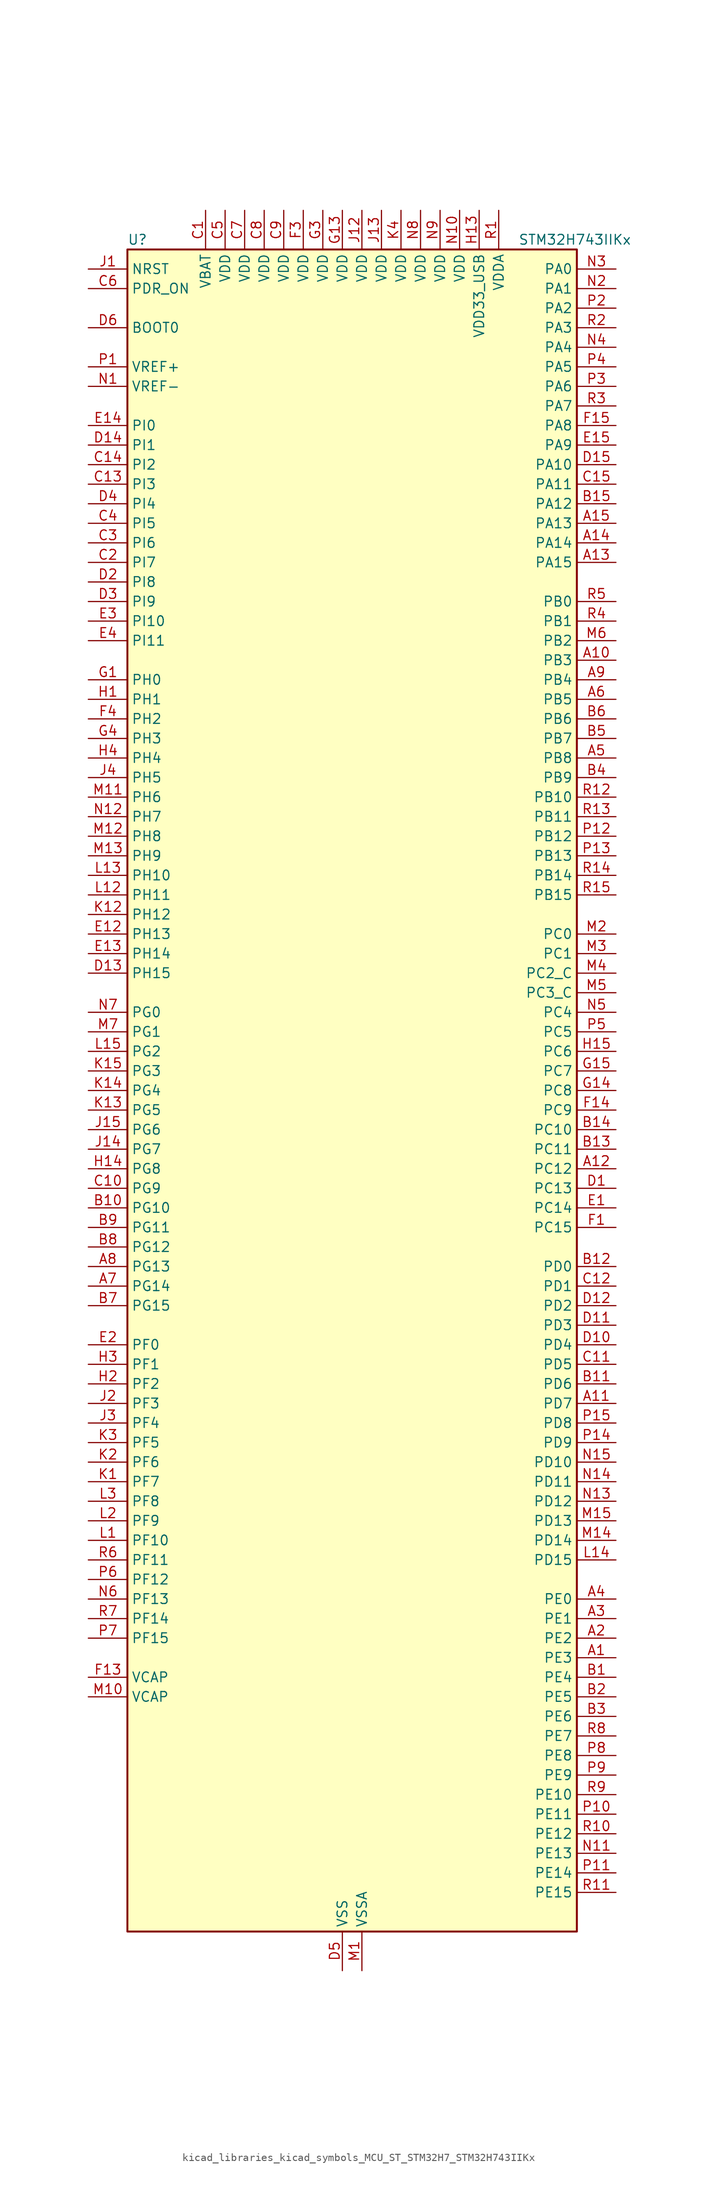
<source format=kicad_sym>
(kicad_symbol_lib
  (version 20220914)
  (generator kicad_symbol_editor)
  (symbol "kicad_libraries_kicad_symbols_MCU_ST_STM32H7_STM32H743IIKx"
    (property "Reference" "U"
      (at -27.94 110.49 0)
      (effects (font (size 1.27 1.27)) (justify left)))
    (property "Value" "STM32H743IIKx"
      (at 22.86 110.49 0)
      (effects (font (size 1.27 1.27)) (justify left)))
    (property "ki_locked" ""
      (at 0 0 0)
      (effects (font (size 1.27 1.27))))
    (symbol "kicad_libraries_kicad_symbols_MCU_ST_STM32H7_STM32H743IIKx_0_1"
      (rectangle (start -27.94 -109.22) (end 30.48 109.22) (stroke (width 0.254) (type default)) (fill (type background))))
    (symbol "kicad_libraries_kicad_symbols_MCU_ST_STM32H7_STM32H743IIKx_1_1"
      (pin bidirectional line (at 35.56 -73.66 180) (length 5.08) (name "PE3" (effects (font (size 1.27 1.27)))) (number "A1" (effects (font (size 1.27 1.27)))) (alternate "DEBUG_TRACED0" bidirectional line) (alternate "FMC_A19" bidirectional line) (alternate "SAI1_SD_B" bidirectional line) (alternate "SAI4_SD_B" bidirectional line) (alternate "TIM15_BKIN" bidirectional line))
      (pin bidirectional line (at 35.56 55.88 180) (length 5.08) (name "PB3" (effects (font (size 1.27 1.27)))) (number "A10" (effects (font (size 1.27 1.27)))) (alternate "CRS_SYNC" bidirectional line) (alternate "DEBUG_JTDO-SWO" bidirectional line) (alternate "HRTIM_FLT4" bidirectional line) (alternate "I2S1_CK" bidirectional line) (alternate "I2S3_CK" bidirectional line) (alternate "SDMMC2_D2" bidirectional line) (alternate "SPI1_SCK" bidirectional line) (alternate "SPI3_SCK" bidirectional line) (alternate "SPI6_SCK" bidirectional line) (alternate "TIM2_CH2" bidirectional line) (alternate "UART7_RX" bidirectional line))
      (pin bidirectional line (at 35.56 -40.64 180) (length 5.08) (name "PD7" (effects (font (size 1.27 1.27)))) (number "A11" (effects (font (size 1.27 1.27)))) (alternate "DFSDM1_CKIN1" bidirectional line) (alternate "DFSDM1_DATIN4" bidirectional line) (alternate "FMC_NE1" bidirectional line) (alternate "I2S1_SDO" bidirectional line) (alternate "SDMMC2_CMD" bidirectional line) (alternate "SPDIFRX1_IN0" bidirectional line) (alternate "SPI1_MOSI" bidirectional line) (alternate "USART2_CK" bidirectional line))
      (pin bidirectional line (at 35.56 -10.16 180) (length 5.08) (name "PC12" (effects (font (size 1.27 1.27)))) (number "A12" (effects (font (size 1.27 1.27)))) (alternate "DCMI_D9" bidirectional line) (alternate "DEBUG_TRACED3" bidirectional line) (alternate "HRTIM_EEV2" bidirectional line) (alternate "I2S3_SDO" bidirectional line) (alternate "SDMMC1_CK" bidirectional line) (alternate "SPI3_MOSI" bidirectional line) (alternate "UART5_TX" bidirectional line) (alternate "USART3_CK" bidirectional line))
      (pin bidirectional line (at 35.56 68.58 180) (length 5.08) (name "PA15" (effects (font (size 1.27 1.27)))) (number "A13" (effects (font (size 1.27 1.27)))) (alternate "ADC1_EXTI15" bidirectional line) (alternate "ADC2_EXTI15" bidirectional line) (alternate "ADC3_EXTI15" bidirectional line) (alternate "CEC" bidirectional line) (alternate "DEBUG_JTDI" bidirectional line) (alternate "HRTIM_FLT1" bidirectional line) (alternate "I2S1_WS" bidirectional line) (alternate "I2S3_WS" bidirectional line) (alternate "SPI1_NSS" bidirectional line) (alternate "SPI3_NSS" bidirectional line) (alternate "SPI6_NSS" bidirectional line) (alternate "TIM2_CH1" bidirectional line) (alternate "TIM2_ETR" bidirectional line) (alternate "UART4_DE" bidirectional line) (alternate "UART4_RTS" bidirectional line) (alternate "UART7_TX" bidirectional line))
      (pin bidirectional line (at 35.56 71.12 180) (length 5.08) (name "PA14" (effects (font (size 1.27 1.27)))) (number "A14" (effects (font (size 1.27 1.27)))) (alternate "DEBUG_JTCK-SWCLK" bidirectional line))
      (pin bidirectional line (at 35.56 73.66 180) (length 5.08) (name "PA13" (effects (font (size 1.27 1.27)))) (number "A15" (effects (font (size 1.27 1.27)))) (alternate "DEBUG_JTMS-SWDIO" bidirectional line))
      (pin bidirectional line (at 35.56 -71.12 180) (length 5.08) (name "PE2" (effects (font (size 1.27 1.27)))) (number "A2" (effects (font (size 1.27 1.27)))) (alternate "DEBUG_TRACECLK" bidirectional line) (alternate "ETH_TXD3" bidirectional line) (alternate "FMC_A23" bidirectional line) (alternate "QUADSPI_BK1_IO2" bidirectional line) (alternate "SAI1_CK1" bidirectional line) (alternate "SAI1_MCLK_A" bidirectional line) (alternate "SAI4_CK1" bidirectional line) (alternate "SAI4_MCLK_A" bidirectional line) (alternate "SPI4_SCK" bidirectional line))
      (pin bidirectional line (at 35.56 -68.58 180) (length 5.08) (name "PE1" (effects (font (size 1.27 1.27)))) (number "A3" (effects (font (size 1.27 1.27)))) (alternate "DCMI_D3" bidirectional line) (alternate "FMC_NBL1" bidirectional line) (alternate "HRTIM_SCOUT" bidirectional line) (alternate "LPTIM1_IN2" bidirectional line) (alternate "UART8_TX" bidirectional line))
      (pin bidirectional line (at 35.56 -66.04 180) (length 5.08) (name "PE0" (effects (font (size 1.27 1.27)))) (number "A4" (effects (font (size 1.27 1.27)))) (alternate "DCMI_D2" bidirectional line) (alternate "FMC_NBL0" bidirectional line) (alternate "HRTIM_SCIN" bidirectional line) (alternate "LPTIM1_ETR" bidirectional line) (alternate "LPTIM2_ETR" bidirectional line) (alternate "SAI2_MCLK_A" bidirectional line) (alternate "TIM4_ETR" bidirectional line) (alternate "UART8_RX" bidirectional line))
      (pin bidirectional line (at 35.56 43.18 180) (length 5.08) (name "PB8" (effects (font (size 1.27 1.27)))) (number "A5" (effects (font (size 1.27 1.27)))) (alternate "DCMI_D6" bidirectional line) (alternate "DFSDM1_CKIN7" bidirectional line) (alternate "ETH_TXD3" bidirectional line) (alternate "FDCAN1_RX" bidirectional line) (alternate "I2C1_SCL" bidirectional line) (alternate "I2C4_SCL" bidirectional line) (alternate "LTDC_B6" bidirectional line) (alternate "SDMMC1_CKIN" bidirectional line) (alternate "SDMMC1_D4" bidirectional line) (alternate "SDMMC2_D4" bidirectional line) (alternate "TIM16_CH1" bidirectional line) (alternate "TIM4_CH3" bidirectional line) (alternate "UART4_RX" bidirectional line))
      (pin bidirectional line (at 35.56 50.8 180) (length 5.08) (name "PB5" (effects (font (size 1.27 1.27)))) (number "A6" (effects (font (size 1.27 1.27)))) (alternate "DCMI_D10" bidirectional line) (alternate "ETH_PPS_OUT" bidirectional line) (alternate "FDCAN2_RX" bidirectional line) (alternate "FMC_SDCKE1" bidirectional line) (alternate "HRTIM_EEV7" bidirectional line) (alternate "I2C1_SMBA" bidirectional line) (alternate "I2C4_SMBA" bidirectional line) (alternate "I2S1_SDO" bidirectional line) (alternate "I2S3_SDO" bidirectional line) (alternate "SPI1_MOSI" bidirectional line) (alternate "SPI3_MOSI" bidirectional line) (alternate "SPI6_MOSI" bidirectional line) (alternate "TIM17_BKIN" bidirectional line) (alternate "TIM3_CH2" bidirectional line) (alternate "UART5_RX" bidirectional line) (alternate "USB_OTG_HS_ULPI_D7" bidirectional line))
      (pin bidirectional line (at -33.02 -25.4 0) (length 5.08) (name "PG14" (effects (font (size 1.27 1.27)))) (number "A7" (effects (font (size 1.27 1.27)))) (alternate "DEBUG_TRACED1" bidirectional line) (alternate "ETH_TXD1" bidirectional line) (alternate "FMC_A25" bidirectional line) (alternate "LPTIM1_ETR" bidirectional line) (alternate "LTDC_B0" bidirectional line) (alternate "QUADSPI_BK2_IO3" bidirectional line) (alternate "SPI6_MOSI" bidirectional line) (alternate "USART6_TX" bidirectional line))
      (pin bidirectional line (at -33.02 -22.86 0) (length 5.08) (name "PG13" (effects (font (size 1.27 1.27)))) (number "A8" (effects (font (size 1.27 1.27)))) (alternate "DEBUG_TRACED0" bidirectional line) (alternate "ETH_TXD0" bidirectional line) (alternate "FMC_A24" bidirectional line) (alternate "HRTIM_EEV10" bidirectional line) (alternate "LPTIM1_OUT" bidirectional line) (alternate "LTDC_R0" bidirectional line) (alternate "SPI6_SCK" bidirectional line) (alternate "USART6_CTS" bidirectional line) (alternate "USART6_NSS" bidirectional line))
      (pin bidirectional line (at 35.56 53.34 180) (length 5.08) (name "PB4" (effects (font (size 1.27 1.27)))) (number "A9" (effects (font (size 1.27 1.27)))) (alternate "DEBUG_JTRST" bidirectional line) (alternate "HRTIM_EEV6" bidirectional line) (alternate "I2S1_SDI" bidirectional line) (alternate "I2S2_WS" bidirectional line) (alternate "I2S3_SDI" bidirectional line) (alternate "SDMMC2_D3" bidirectional line) (alternate "SPI1_MISO" bidirectional line) (alternate "SPI2_NSS" bidirectional line) (alternate "SPI3_MISO" bidirectional line) (alternate "SPI6_MISO" bidirectional line) (alternate "TIM16_BKIN" bidirectional line) (alternate "TIM3_CH1" bidirectional line) (alternate "UART7_TX" bidirectional line))
      (pin bidirectional line (at 35.56 -76.2 180) (length 5.08) (name "PE4" (effects (font (size 1.27 1.27)))) (number "B1" (effects (font (size 1.27 1.27)))) (alternate "DCMI_D4" bidirectional line) (alternate "DEBUG_TRACED1" bidirectional line) (alternate "DFSDM1_DATIN3" bidirectional line) (alternate "FMC_A20" bidirectional line) (alternate "LTDC_B0" bidirectional line) (alternate "SAI1_D2" bidirectional line) (alternate "SAI1_FS_A" bidirectional line) (alternate "SAI4_D2" bidirectional line) (alternate "SAI4_FS_A" bidirectional line) (alternate "SPI4_NSS" bidirectional line) (alternate "TIM15_CH1N" bidirectional line))
      (pin bidirectional line (at -33.02 -15.24 0) (length 5.08) (name "PG10" (effects (font (size 1.27 1.27)))) (number "B10" (effects (font (size 1.27 1.27)))) (alternate "DCMI_D2" bidirectional line) (alternate "FMC_NE3" bidirectional line) (alternate "HRTIM_FLT5" bidirectional line) (alternate "I2S1_WS" bidirectional line) (alternate "LTDC_B2" bidirectional line) (alternate "LTDC_G3" bidirectional line) (alternate "SAI2_SD_B" bidirectional line) (alternate "SPI1_NSS" bidirectional line))
      (pin bidirectional line (at 35.56 -38.1 180) (length 5.08) (name "PD6" (effects (font (size 1.27 1.27)))) (number "B11" (effects (font (size 1.27 1.27)))) (alternate "DCMI_D10" bidirectional line) (alternate "DFSDM1_CKIN4" bidirectional line) (alternate "DFSDM1_DATIN1" bidirectional line) (alternate "FMC_NWAIT" bidirectional line) (alternate "I2S3_SDO" bidirectional line) (alternate "LTDC_B2" bidirectional line) (alternate "SAI1_D1" bidirectional line) (alternate "SAI1_SD_A" bidirectional line) (alternate "SAI4_D1" bidirectional line) (alternate "SAI4_SD_A" bidirectional line) (alternate "SDMMC2_CK" bidirectional line) (alternate "SPI3_MOSI" bidirectional line) (alternate "USART2_RX" bidirectional line))
      (pin bidirectional line (at 35.56 -22.86 180) (length 5.08) (name "PD0" (effects (font (size 1.27 1.27)))) (number "B12" (effects (font (size 1.27 1.27)))) (alternate "DFSDM1_CKIN6" bidirectional line) (alternate "FDCAN1_RX" bidirectional line) (alternate "FMC_D2" bidirectional line) (alternate "FMC_DA2" bidirectional line) (alternate "SAI3_SCK_A" bidirectional line) (alternate "UART4_RX" bidirectional line))
      (pin bidirectional line (at 35.56 -7.62 180) (length 5.08) (name "PC11" (effects (font (size 1.27 1.27)))) (number "B13" (effects (font (size 1.27 1.27)))) (alternate "ADC1_EXTI11" bidirectional line) (alternate "ADC2_EXTI11" bidirectional line) (alternate "ADC3_EXTI11" bidirectional line) (alternate "DCMI_D4" bidirectional line) (alternate "DFSDM1_DATIN5" bidirectional line) (alternate "HRTIM_FLT2" bidirectional line) (alternate "I2S3_SDI" bidirectional line) (alternate "QUADSPI_BK2_NCS" bidirectional line) (alternate "SDMMC1_D3" bidirectional line) (alternate "SPI3_MISO" bidirectional line) (alternate "UART4_RX" bidirectional line) (alternate "USART3_RX" bidirectional line))
      (pin bidirectional line (at 35.56 -5.08 180) (length 5.08) (name "PC10" (effects (font (size 1.27 1.27)))) (number "B14" (effects (font (size 1.27 1.27)))) (alternate "DCMI_D8" bidirectional line) (alternate "DFSDM1_CKIN5" bidirectional line) (alternate "HRTIM_EEV1" bidirectional line) (alternate "I2S3_CK" bidirectional line) (alternate "LTDC_R2" bidirectional line) (alternate "QUADSPI_BK1_IO1" bidirectional line) (alternate "SDMMC1_D2" bidirectional line) (alternate "SPI3_SCK" bidirectional line) (alternate "UART4_TX" bidirectional line) (alternate "USART3_TX" bidirectional line))
      (pin bidirectional line (at 35.56 76.2 180) (length 5.08) (name "PA12" (effects (font (size 1.27 1.27)))) (number "B15" (effects (font (size 1.27 1.27)))) (alternate "FDCAN1_TX" bidirectional line) (alternate "HRTIM_CHD2" bidirectional line) (alternate "I2S2_CK" bidirectional line) (alternate "LPUART1_DE" bidirectional line) (alternate "LPUART1_RTS" bidirectional line) (alternate "LTDC_R5" bidirectional line) (alternate "SAI2_FS_B" bidirectional line) (alternate "SPI2_SCK" bidirectional line) (alternate "TIM1_ETR" bidirectional line) (alternate "UART4_TX" bidirectional line) (alternate "USART1_DE" bidirectional line) (alternate "USART1_RTS" bidirectional line) (alternate "USB_OTG_FS_DP" bidirectional line))
      (pin bidirectional line (at 35.56 -78.74 180) (length 5.08) (name "PE5" (effects (font (size 1.27 1.27)))) (number "B2" (effects (font (size 1.27 1.27)))) (alternate "DCMI_D6" bidirectional line) (alternate "DEBUG_TRACED2" bidirectional line) (alternate "DFSDM1_CKIN3" bidirectional line) (alternate "FMC_A21" bidirectional line) (alternate "LTDC_G0" bidirectional line) (alternate "SAI1_CK2" bidirectional line) (alternate "SAI1_SCK_A" bidirectional line) (alternate "SAI4_CK2" bidirectional line) (alternate "SAI4_SCK_A" bidirectional line) (alternate "SPI4_MISO" bidirectional line) (alternate "TIM15_CH1" bidirectional line))
      (pin bidirectional line (at 35.56 -81.28 180) (length 5.08) (name "PE6" (effects (font (size 1.27 1.27)))) (number "B3" (effects (font (size 1.27 1.27)))) (alternate "DCMI_D7" bidirectional line) (alternate "DEBUG_TRACED3" bidirectional line) (alternate "FMC_A22" bidirectional line) (alternate "LTDC_G1" bidirectional line) (alternate "SAI1_D1" bidirectional line) (alternate "SAI1_SD_A" bidirectional line) (alternate "SAI2_MCLK_B" bidirectional line) (alternate "SAI4_D1" bidirectional line) (alternate "SAI4_SD_A" bidirectional line) (alternate "SPI4_MOSI" bidirectional line) (alternate "TIM15_CH2" bidirectional line) (alternate "TIM1_BKIN2" bidirectional line) (alternate "TIM1_BKIN2_COMP1" bidirectional line) (alternate "TIM1_BKIN2_COMP2" bidirectional line))
      (pin bidirectional line (at 35.56 40.64 180) (length 5.08) (name "PB9" (effects (font (size 1.27 1.27)))) (number "B4" (effects (font (size 1.27 1.27)))) (alternate "DAC1_EXTI9" bidirectional line) (alternate "DCMI_D7" bidirectional line) (alternate "DFSDM1_DATIN7" bidirectional line) (alternate "FDCAN1_TX" bidirectional line) (alternate "I2C1_SDA" bidirectional line) (alternate "I2C4_SDA" bidirectional line) (alternate "I2C4_SMBA" bidirectional line) (alternate "I2S2_WS" bidirectional line) (alternate "LTDC_B7" bidirectional line) (alternate "SDMMC1_CDIR" bidirectional line) (alternate "SDMMC1_D5" bidirectional line) (alternate "SDMMC2_D5" bidirectional line) (alternate "SPI2_NSS" bidirectional line) (alternate "TIM17_CH1" bidirectional line) (alternate "TIM4_CH4" bidirectional line) (alternate "UART4_TX" bidirectional line))
      (pin bidirectional line (at 35.56 45.72 180) (length 5.08) (name "PB7" (effects (font (size 1.27 1.27)))) (number "B5" (effects (font (size 1.27 1.27)))) (alternate "DCMI_VSYNC" bidirectional line) (alternate "DFSDM1_CKIN5" bidirectional line) (alternate "FMC_NL" bidirectional line) (alternate "HRTIM_EEV9" bidirectional line) (alternate "I2C1_SDA" bidirectional line) (alternate "I2C4_SDA" bidirectional line) (alternate "LPUART1_RX" bidirectional line) (alternate "PWR_PVD_IN" bidirectional line) (alternate "TIM17_CH1N" bidirectional line) (alternate "TIM4_CH2" bidirectional line) (alternate "USART1_RX" bidirectional line))
      (pin bidirectional line (at 35.56 48.26 180) (length 5.08) (name "PB6" (effects (font (size 1.27 1.27)))) (number "B6" (effects (font (size 1.27 1.27)))) (alternate "CEC" bidirectional line) (alternate "DCMI_D5" bidirectional line) (alternate "DFSDM1_DATIN5" bidirectional line) (alternate "FDCAN2_TX" bidirectional line) (alternate "FMC_SDNE1" bidirectional line) (alternate "HRTIM_EEV8" bidirectional line) (alternate "I2C1_SCL" bidirectional line) (alternate "I2C4_SCL" bidirectional line) (alternate "LPUART1_TX" bidirectional line) (alternate "QUADSPI_BK1_NCS" bidirectional line) (alternate "TIM16_CH1N" bidirectional line) (alternate "TIM4_CH1" bidirectional line) (alternate "UART5_TX" bidirectional line) (alternate "USART1_TX" bidirectional line))
      (pin bidirectional line (at -33.02 -27.94 0) (length 5.08) (name "PG15" (effects (font (size 1.27 1.27)))) (number "B7" (effects (font (size 1.27 1.27)))) (alternate "ADC1_EXTI15" bidirectional line) (alternate "ADC2_EXTI15" bidirectional line) (alternate "ADC3_EXTI15" bidirectional line) (alternate "DCMI_D13" bidirectional line) (alternate "FMC_SDNCAS" bidirectional line) (alternate "USART6_CTS" bidirectional line) (alternate "USART6_NSS" bidirectional line))
      (pin bidirectional line (at -33.02 -20.32 0) (length 5.08) (name "PG12" (effects (font (size 1.27 1.27)))) (number "B8" (effects (font (size 1.27 1.27)))) (alternate "ETH_TXD1" bidirectional line) (alternate "FMC_NE4" bidirectional line) (alternate "HRTIM_EEV5" bidirectional line) (alternate "LPTIM1_IN1" bidirectional line) (alternate "LTDC_B1" bidirectional line) (alternate "LTDC_B4" bidirectional line) (alternate "SPDIFRX1_IN1" bidirectional line) (alternate "SPI6_MISO" bidirectional line) (alternate "USART6_DE" bidirectional line) (alternate "USART6_RTS" bidirectional line))
      (pin bidirectional line (at -33.02 -17.78 0) (length 5.08) (name "PG11" (effects (font (size 1.27 1.27)))) (number "B9" (effects (font (size 1.27 1.27)))) (alternate "ADC1_EXTI11" bidirectional line) (alternate "ADC2_EXTI11" bidirectional line) (alternate "ADC3_EXTI11" bidirectional line) (alternate "DCMI_D3" bidirectional line) (alternate "ETH_TX_EN" bidirectional line) (alternate "HRTIM_EEV4" bidirectional line) (alternate "I2S1_CK" bidirectional line) (alternate "LPTIM1_IN2" bidirectional line) (alternate "LTDC_B3" bidirectional line) (alternate "SDMMC2_D2" bidirectional line) (alternate "SPDIFRX1_IN0" bidirectional line) (alternate "SPI1_SCK" bidirectional line))
      (pin power_in line (at -17.78 114.3 270) (length 5.08) (name "VBAT" (effects (font (size 1.27 1.27)))) (number "C1" (effects (font (size 1.27 1.27)))))
      (pin bidirectional line (at -33.02 -12.7 0) (length 5.08) (name "PG9" (effects (font (size 1.27 1.27)))) (number "C10" (effects (font (size 1.27 1.27)))) (alternate "DAC1_EXTI9" bidirectional line) (alternate "DCMI_VSYNC" bidirectional line) (alternate "FMC_NCE" bidirectional line) (alternate "FMC_NE2" bidirectional line) (alternate "I2S1_SDI" bidirectional line) (alternate "QUADSPI_BK2_IO2" bidirectional line) (alternate "SAI2_FS_B" bidirectional line) (alternate "SPDIFRX1_IN3" bidirectional line) (alternate "SPI1_MISO" bidirectional line) (alternate "USART6_RX" bidirectional line))
      (pin bidirectional line (at 35.56 -35.56 180) (length 5.08) (name "PD5" (effects (font (size 1.27 1.27)))) (number "C11" (effects (font (size 1.27 1.27)))) (alternate "FMC_NWE" bidirectional line) (alternate "HRTIM_EEV3" bidirectional line) (alternate "USART2_TX" bidirectional line))
      (pin bidirectional line (at 35.56 -25.4 180) (length 5.08) (name "PD1" (effects (font (size 1.27 1.27)))) (number "C12" (effects (font (size 1.27 1.27)))) (alternate "DFSDM1_DATIN6" bidirectional line) (alternate "FDCAN1_TX" bidirectional line) (alternate "FMC_D3" bidirectional line) (alternate "FMC_DA3" bidirectional line) (alternate "SAI3_SD_A" bidirectional line) (alternate "UART4_TX" bidirectional line))
      (pin bidirectional line (at -33.02 78.74 0) (length 5.08) (name "PI3" (effects (font (size 1.27 1.27)))) (number "C13" (effects (font (size 1.27 1.27)))) (alternate "DCMI_D10" bidirectional line) (alternate "FMC_D27" bidirectional line) (alternate "I2S2_SDO" bidirectional line) (alternate "SPI2_MOSI" bidirectional line) (alternate "TIM8_ETR" bidirectional line))
      (pin bidirectional line (at -33.02 81.28 0) (length 5.08) (name "PI2" (effects (font (size 1.27 1.27)))) (number "C14" (effects (font (size 1.27 1.27)))) (alternate "DCMI_D9" bidirectional line) (alternate "FMC_D26" bidirectional line) (alternate "I2S2_SDI" bidirectional line) (alternate "LTDC_G7" bidirectional line) (alternate "SPI2_MISO" bidirectional line) (alternate "TIM8_CH4" bidirectional line))
      (pin bidirectional line (at 35.56 78.74 180) (length 5.08) (name "PA11" (effects (font (size 1.27 1.27)))) (number "C15" (effects (font (size 1.27 1.27)))) (alternate "ADC1_EXTI11" bidirectional line) (alternate "ADC2_EXTI11" bidirectional line) (alternate "ADC3_EXTI11" bidirectional line) (alternate "FDCAN1_RX" bidirectional line) (alternate "HRTIM_CHD1" bidirectional line) (alternate "I2S2_WS" bidirectional line) (alternate "LPUART1_CTS" bidirectional line) (alternate "LTDC_R4" bidirectional line) (alternate "SPI2_NSS" bidirectional line) (alternate "TIM1_CH4" bidirectional line) (alternate "UART4_RX" bidirectional line) (alternate "USART1_CTS" bidirectional line) (alternate "USART1_NSS" bidirectional line) (alternate "USB_OTG_FS_DM" bidirectional line))
      (pin bidirectional line (at -33.02 68.58 0) (length 5.08) (name "PI7" (effects (font (size 1.27 1.27)))) (number "C2" (effects (font (size 1.27 1.27)))) (alternate "DCMI_D7" bidirectional line) (alternate "FMC_D29" bidirectional line) (alternate "LTDC_B7" bidirectional line) (alternate "SAI2_FS_A" bidirectional line) (alternate "TIM8_CH3" bidirectional line))
      (pin bidirectional line (at -33.02 71.12 0) (length 5.08) (name "PI6" (effects (font (size 1.27 1.27)))) (number "C3" (effects (font (size 1.27 1.27)))) (alternate "DCMI_D6" bidirectional line) (alternate "FMC_D28" bidirectional line) (alternate "LTDC_B6" bidirectional line) (alternate "SAI2_SD_A" bidirectional line) (alternate "TIM8_CH2" bidirectional line))
      (pin bidirectional line (at -33.02 73.66 0) (length 5.08) (name "PI5" (effects (font (size 1.27 1.27)))) (number "C4" (effects (font (size 1.27 1.27)))) (alternate "DCMI_VSYNC" bidirectional line) (alternate "FMC_NBL3" bidirectional line) (alternate "LTDC_B5" bidirectional line) (alternate "SAI2_SCK_A" bidirectional line) (alternate "TIM8_CH1" bidirectional line))
      (pin power_in line (at -15.24 114.3 270) (length 5.08) (name "VDD" (effects (font (size 1.27 1.27)))) (number "C5" (effects (font (size 1.27 1.27)))))
      (pin input line (at -33.02 104.14 0) (length 5.08) (name "PDR_ON" (effects (font (size 1.27 1.27)))) (number "C6" (effects (font (size 1.27 1.27)))))
      (pin power_in line (at -12.7 114.3 270) (length 5.08) (name "VDD" (effects (font (size 1.27 1.27)))) (number "C7" (effects (font (size 1.27 1.27)))))
      (pin power_in line (at -10.16 114.3 270) (length 5.08) (name "VDD" (effects (font (size 1.27 1.27)))) (number "C8" (effects (font (size 1.27 1.27)))))
      (pin power_in line (at -7.62 114.3 270) (length 5.08) (name "VDD" (effects (font (size 1.27 1.27)))) (number "C9" (effects (font (size 1.27 1.27)))))
      (pin bidirectional line (at 35.56 -12.7 180) (length 5.08) (name "PC13" (effects (font (size 1.27 1.27)))) (number "D1" (effects (font (size 1.27 1.27)))) (alternate "PWR_WKUP2" bidirectional line) (alternate "RTC_OUT_ALARM" bidirectional line) (alternate "RTC_OUT_CALIB" bidirectional line) (alternate "RTC_TAMP1" bidirectional line) (alternate "RTC_TS" bidirectional line))
      (pin bidirectional line (at 35.56 -33.02 180) (length 5.08) (name "PD4" (effects (font (size 1.27 1.27)))) (number "D10" (effects (font (size 1.27 1.27)))) (alternate "FMC_NOE" bidirectional line) (alternate "HRTIM_FLT3" bidirectional line) (alternate "SAI3_FS_A" bidirectional line) (alternate "USART2_DE" bidirectional line) (alternate "USART2_RTS" bidirectional line))
      (pin bidirectional line (at 35.56 -30.48 180) (length 5.08) (name "PD3" (effects (font (size 1.27 1.27)))) (number "D11" (effects (font (size 1.27 1.27)))) (alternate "DCMI_D5" bidirectional line) (alternate "DFSDM1_CKOUT" bidirectional line) (alternate "FMC_CLK" bidirectional line) (alternate "I2S2_CK" bidirectional line) (alternate "LTDC_G7" bidirectional line) (alternate "SPI2_SCK" bidirectional line) (alternate "USART2_CTS" bidirectional line) (alternate "USART2_NSS" bidirectional line))
      (pin bidirectional line (at 35.56 -27.94 180) (length 5.08) (name "PD2" (effects (font (size 1.27 1.27)))) (number "D12" (effects (font (size 1.27 1.27)))) (alternate "DCMI_D11" bidirectional line) (alternate "DEBUG_TRACED2" bidirectional line) (alternate "SDMMC1_CMD" bidirectional line) (alternate "TIM3_ETR" bidirectional line) (alternate "UART5_RX" bidirectional line))
      (pin bidirectional line (at -33.02 15.24 0) (length 5.08) (name "PH15" (effects (font (size 1.27 1.27)))) (number "D13" (effects (font (size 1.27 1.27)))) (alternate "ADC1_EXTI15" bidirectional line) (alternate "ADC2_EXTI15" bidirectional line) (alternate "ADC3_EXTI15" bidirectional line) (alternate "DCMI_D11" bidirectional line) (alternate "FMC_D23" bidirectional line) (alternate "LTDC_G4" bidirectional line) (alternate "TIM8_CH3N" bidirectional line))
      (pin bidirectional line (at -33.02 83.82 0) (length 5.08) (name "PI1" (effects (font (size 1.27 1.27)))) (number "D14" (effects (font (size 1.27 1.27)))) (alternate "DCMI_D8" bidirectional line) (alternate "FMC_D25" bidirectional line) (alternate "I2S2_CK" bidirectional line) (alternate "LTDC_G6" bidirectional line) (alternate "SPI2_SCK" bidirectional line) (alternate "TIM8_BKIN2" bidirectional line) (alternate "TIM8_BKIN2_COMP1" bidirectional line) (alternate "TIM8_BKIN2_COMP2" bidirectional line))
      (pin bidirectional line (at 35.56 81.28 180) (length 5.08) (name "PA10" (effects (font (size 1.27 1.27)))) (number "D15" (effects (font (size 1.27 1.27)))) (alternate "DCMI_D1" bidirectional line) (alternate "HRTIM_CHC2" bidirectional line) (alternate "LPUART1_RX" bidirectional line) (alternate "LTDC_B1" bidirectional line) (alternate "LTDC_B4" bidirectional line) (alternate "MDIOS_MDIO" bidirectional line) (alternate "TIM1_CH3" bidirectional line) (alternate "USART1_RX" bidirectional line) (alternate "USB_OTG_FS_ID" bidirectional line))
      (pin bidirectional line (at -33.02 66.04 0) (length 5.08) (name "PI8" (effects (font (size 1.27 1.27)))) (number "D2" (effects (font (size 1.27 1.27)))) (alternate "PWR_WKUP3" bidirectional line) (alternate "RTC_TAMP2" bidirectional line))
      (pin bidirectional line (at -33.02 63.5 0) (length 5.08) (name "PI9" (effects (font (size 1.27 1.27)))) (number "D3" (effects (font (size 1.27 1.27)))) (alternate "DAC1_EXTI9" bidirectional line) (alternate "FDCAN1_RX" bidirectional line) (alternate "FMC_D30" bidirectional line) (alternate "LTDC_VSYNC" bidirectional line) (alternate "UART4_RX" bidirectional line))
      (pin bidirectional line (at -33.02 76.2 0) (length 5.08) (name "PI4" (effects (font (size 1.27 1.27)))) (number "D4" (effects (font (size 1.27 1.27)))) (alternate "DCMI_D5" bidirectional line) (alternate "FMC_NBL2" bidirectional line) (alternate "LTDC_B4" bidirectional line) (alternate "SAI2_MCLK_A" bidirectional line) (alternate "TIM8_BKIN" bidirectional line) (alternate "TIM8_BKIN_COMP1" bidirectional line) (alternate "TIM8_BKIN_COMP2" bidirectional line))
      (pin power_in line (at 0 -114.3 90) (length 5.08) (name "VSS" (effects (font (size 1.27 1.27)))) (number "D5" (effects (font (size 1.27 1.27)))))
      (pin input line (at -33.02 99.06 0) (length 5.08) (name "BOOT0" (effects (font (size 1.27 1.27)))) (number "D6" (effects (font (size 1.27 1.27)))))
      (pin passive line (at 0 -114.3 90) (length 5.08) hide (name "VSS" (effects (font (size 1.27 1.27)))) (number "D7" (effects (font (size 1.27 1.27)))))
      (pin passive line (at 0 -114.3 90) (length 5.08) hide (name "VSS" (effects (font (size 1.27 1.27)))) (number "D8" (effects (font (size 1.27 1.27)))))
      (pin passive line (at 0 -114.3 90) (length 5.08) hide (name "VSS" (effects (font (size 1.27 1.27)))) (number "D9" (effects (font (size 1.27 1.27)))))
      (pin bidirectional line (at 35.56 -15.24 180) (length 5.08) (name "PC14" (effects (font (size 1.27 1.27)))) (number "E1" (effects (font (size 1.27 1.27)))) (alternate "RCC_OSC32_IN" bidirectional line))
      (pin bidirectional line (at -33.02 20.32 0) (length 5.08) (name "PH13" (effects (font (size 1.27 1.27)))) (number "E12" (effects (font (size 1.27 1.27)))) (alternate "FDCAN1_TX" bidirectional line) (alternate "FMC_D21" bidirectional line) (alternate "LTDC_G2" bidirectional line) (alternate "TIM8_CH1N" bidirectional line) (alternate "UART4_TX" bidirectional line))
      (pin bidirectional line (at -33.02 17.78 0) (length 5.08) (name "PH14" (effects (font (size 1.27 1.27)))) (number "E13" (effects (font (size 1.27 1.27)))) (alternate "DCMI_D4" bidirectional line) (alternate "FDCAN1_RX" bidirectional line) (alternate "FMC_D22" bidirectional line) (alternate "LTDC_G3" bidirectional line) (alternate "TIM8_CH2N" bidirectional line) (alternate "UART4_RX" bidirectional line))
      (pin bidirectional line (at -33.02 86.36 0) (length 5.08) (name "PI0" (effects (font (size 1.27 1.27)))) (number "E14" (effects (font (size 1.27 1.27)))) (alternate "DCMI_D13" bidirectional line) (alternate "FMC_D24" bidirectional line) (alternate "I2S2_WS" bidirectional line) (alternate "LTDC_G5" bidirectional line) (alternate "SPI2_NSS" bidirectional line) (alternate "TIM5_CH4" bidirectional line))
      (pin bidirectional line (at 35.56 83.82 180) (length 5.08) (name "PA9" (effects (font (size 1.27 1.27)))) (number "E15" (effects (font (size 1.27 1.27)))) (alternate "DAC1_EXTI9" bidirectional line) (alternate "DCMI_D0" bidirectional line) (alternate "HRTIM_CHC1" bidirectional line) (alternate "I2C3_SMBA" bidirectional line) (alternate "I2S2_CK" bidirectional line) (alternate "LPUART1_TX" bidirectional line) (alternate "LTDC_R5" bidirectional line) (alternate "SPI2_SCK" bidirectional line) (alternate "TIM1_CH2" bidirectional line) (alternate "USART1_TX" bidirectional line) (alternate "USB_OTG_FS_VBUS" bidirectional line))
      (pin bidirectional line (at -33.02 -33.02 0) (length 5.08) (name "PF0" (effects (font (size 1.27 1.27)))) (number "E2" (effects (font (size 1.27 1.27)))) (alternate "FMC_A0" bidirectional line) (alternate "I2C2_SDA" bidirectional line))
      (pin bidirectional line (at -33.02 60.96 0) (length 5.08) (name "PI10" (effects (font (size 1.27 1.27)))) (number "E3" (effects (font (size 1.27 1.27)))) (alternate "ETH_RX_ER" bidirectional line) (alternate "FMC_D31" bidirectional line) (alternate "LTDC_HSYNC" bidirectional line))
      (pin bidirectional line (at -33.02 58.42 0) (length 5.08) (name "PI11" (effects (font (size 1.27 1.27)))) (number "E4" (effects (font (size 1.27 1.27)))) (alternate "ADC1_EXTI11" bidirectional line) (alternate "ADC2_EXTI11" bidirectional line) (alternate "ADC3_EXTI11" bidirectional line) (alternate "LTDC_G6" bidirectional line) (alternate "PWR_WKUP4" bidirectional line) (alternate "USB_OTG_HS_ULPI_DIR" bidirectional line))
      (pin bidirectional line (at 35.56 -17.78 180) (length 5.08) (name "PC15" (effects (font (size 1.27 1.27)))) (number "F1" (effects (font (size 1.27 1.27)))) (alternate "ADC1_EXTI15" bidirectional line) (alternate "ADC2_EXTI15" bidirectional line) (alternate "ADC3_EXTI15" bidirectional line) (alternate "RCC_OSC32_OUT" bidirectional line))
      (pin passive line (at 0 -114.3 90) (length 5.08) hide (name "VSS" (effects (font (size 1.27 1.27)))) (number "F10" (effects (font (size 1.27 1.27)))))
      (pin passive line (at 0 -114.3 90) (length 5.08) hide (name "VSS" (effects (font (size 1.27 1.27)))) (number "F12" (effects (font (size 1.27 1.27)))))
      (pin power_out line (at -33.02 -76.2 0) (length 5.08) (name "VCAP" (effects (font (size 1.27 1.27)))) (number "F13" (effects (font (size 1.27 1.27)))))
      (pin bidirectional line (at 35.56 -2.54 180) (length 5.08) (name "PC9" (effects (font (size 1.27 1.27)))) (number "F14" (effects (font (size 1.27 1.27)))) (alternate "DAC1_EXTI9" bidirectional line) (alternate "DCMI_D3" bidirectional line) (alternate "I2C3_SDA" bidirectional line) (alternate "I2S_CKIN" bidirectional line) (alternate "LTDC_B2" bidirectional line) (alternate "LTDC_G3" bidirectional line) (alternate "QUADSPI_BK1_IO0" bidirectional line) (alternate "RCC_MCO_2" bidirectional line) (alternate "SDMMC1_D1" bidirectional line) (alternate "SWPMI1_SUSPEND" bidirectional line) (alternate "TIM3_CH4" bidirectional line) (alternate "TIM8_CH4" bidirectional line) (alternate "UART5_CTS" bidirectional line))
      (pin bidirectional line (at 35.56 86.36 180) (length 5.08) (name "PA8" (effects (font (size 1.27 1.27)))) (number "F15" (effects (font (size 1.27 1.27)))) (alternate "HRTIM_CHB2" bidirectional line) (alternate "I2C3_SCL" bidirectional line) (alternate "LTDC_B3" bidirectional line) (alternate "LTDC_R6" bidirectional line) (alternate "RCC_MCO_1" bidirectional line) (alternate "TIM1_CH1" bidirectional line) (alternate "TIM8_BKIN2" bidirectional line) (alternate "TIM8_BKIN2_COMP1" bidirectional line) (alternate "TIM8_BKIN2_COMP2" bidirectional line) (alternate "UART7_RX" bidirectional line) (alternate "USART1_CK" bidirectional line) (alternate "USB_OTG_FS_SOF" bidirectional line))
      (pin passive line (at 0 -114.3 90) (length 5.08) hide (name "VSS" (effects (font (size 1.27 1.27)))) (number "F2" (effects (font (size 1.27 1.27)))))
      (pin power_in line (at -5.08 114.3 270) (length 5.08) (name "VDD" (effects (font (size 1.27 1.27)))) (number "F3" (effects (font (size 1.27 1.27)))))
      (pin bidirectional line (at -33.02 48.26 0) (length 5.08) (name "PH2" (effects (font (size 1.27 1.27)))) (number "F4" (effects (font (size 1.27 1.27)))) (alternate "ADC3_INP13" bidirectional line) (alternate "ETH_CRS" bidirectional line) (alternate "FMC_SDCKE0" bidirectional line) (alternate "LPTIM1_IN2" bidirectional line) (alternate "LTDC_R0" bidirectional line) (alternate "QUADSPI_BK2_IO0" bidirectional line) (alternate "SAI2_SCK_B" bidirectional line))
      (pin passive line (at 0 -114.3 90) (length 5.08) hide (name "VSS" (effects (font (size 1.27 1.27)))) (number "F6" (effects (font (size 1.27 1.27)))))
      (pin passive line (at 0 -114.3 90) (length 5.08) hide (name "VSS" (effects (font (size 1.27 1.27)))) (number "F7" (effects (font (size 1.27 1.27)))))
      (pin passive line (at 0 -114.3 90) (length 5.08) hide (name "VSS" (effects (font (size 1.27 1.27)))) (number "F8" (effects (font (size 1.27 1.27)))))
      (pin passive line (at 0 -114.3 90) (length 5.08) hide (name "VSS" (effects (font (size 1.27 1.27)))) (number "F9" (effects (font (size 1.27 1.27)))))
      (pin bidirectional line (at -33.02 53.34 0) (length 5.08) (name "PH0" (effects (font (size 1.27 1.27)))) (number "G1" (effects (font (size 1.27 1.27)))) (alternate "RCC_OSC_IN" bidirectional line))
      (pin passive line (at 0 -114.3 90) (length 5.08) hide (name "VSS" (effects (font (size 1.27 1.27)))) (number "G10" (effects (font (size 1.27 1.27)))))
      (pin passive line (at 0 -114.3 90) (length 5.08) hide (name "VSS" (effects (font (size 1.27 1.27)))) (number "G12" (effects (font (size 1.27 1.27)))))
      (pin power_in line (at 0 114.3 270) (length 5.08) (name "VDD" (effects (font (size 1.27 1.27)))) (number "G13" (effects (font (size 1.27 1.27)))))
      (pin bidirectional line (at 35.56 0 180) (length 5.08) (name "PC8" (effects (font (size 1.27 1.27)))) (number "G14" (effects (font (size 1.27 1.27)))) (alternate "DCMI_D2" bidirectional line) (alternate "DEBUG_TRACED1" bidirectional line) (alternate "FMC_NCE" bidirectional line) (alternate "FMC_NE2" bidirectional line) (alternate "HRTIM_CHB1" bidirectional line) (alternate "SDMMC1_D0" bidirectional line) (alternate "SWPMI1_RX" bidirectional line) (alternate "TIM3_CH3" bidirectional line) (alternate "TIM8_CH3" bidirectional line) (alternate "UART5_DE" bidirectional line) (alternate "UART5_RTS" bidirectional line) (alternate "USART6_CK" bidirectional line))
      (pin bidirectional line (at 35.56 2.54 180) (length 5.08) (name "PC7" (effects (font (size 1.27 1.27)))) (number "G15" (effects (font (size 1.27 1.27)))) (alternate "DCMI_D1" bidirectional line) (alternate "DEBUG_TRGIO" bidirectional line) (alternate "DFSDM1_DATIN3" bidirectional line) (alternate "FMC_NE1" bidirectional line) (alternate "HRTIM_CHA2" bidirectional line) (alternate "I2S3_MCK" bidirectional line) (alternate "LTDC_G6" bidirectional line) (alternate "SDMMC1_D123DIR" bidirectional line) (alternate "SDMMC1_D7" bidirectional line) (alternate "SDMMC2_D7" bidirectional line) (alternate "SWPMI1_TX" bidirectional line) (alternate "TIM3_CH2" bidirectional line) (alternate "TIM8_CH2" bidirectional line) (alternate "USART6_RX" bidirectional line))
      (pin passive line (at 0 -114.3 90) (length 5.08) hide (name "VSS" (effects (font (size 1.27 1.27)))) (number "G2" (effects (font (size 1.27 1.27)))))
      (pin power_in line (at -2.54 114.3 270) (length 5.08) (name "VDD" (effects (font (size 1.27 1.27)))) (number "G3" (effects (font (size 1.27 1.27)))))
      (pin bidirectional line (at -33.02 45.72 0) (length 5.08) (name "PH3" (effects (font (size 1.27 1.27)))) (number "G4" (effects (font (size 1.27 1.27)))) (alternate "ADC3_INN13" bidirectional line) (alternate "ADC3_INP14" bidirectional line) (alternate "ETH_COL" bidirectional line) (alternate "FMC_SDNE0" bidirectional line) (alternate "LTDC_R1" bidirectional line) (alternate "QUADSPI_BK2_IO1" bidirectional line) (alternate "SAI2_MCLK_B" bidirectional line))
      (pin passive line (at 0 -114.3 90) (length 5.08) hide (name "VSS" (effects (font (size 1.27 1.27)))) (number "G6" (effects (font (size 1.27 1.27)))))
      (pin passive line (at 0 -114.3 90) (length 5.08) hide (name "VSS" (effects (font (size 1.27 1.27)))) (number "G7" (effects (font (size 1.27 1.27)))))
      (pin passive line (at 0 -114.3 90) (length 5.08) hide (name "VSS" (effects (font (size 1.27 1.27)))) (number "G8" (effects (font (size 1.27 1.27)))))
      (pin passive line (at 0 -114.3 90) (length 5.08) hide (name "VSS" (effects (font (size 1.27 1.27)))) (number "G9" (effects (font (size 1.27 1.27)))))
      (pin bidirectional line (at -33.02 50.8 0) (length 5.08) (name "PH1" (effects (font (size 1.27 1.27)))) (number "H1" (effects (font (size 1.27 1.27)))) (alternate "RCC_OSC_OUT" bidirectional line))
      (pin passive line (at 0 -114.3 90) (length 5.08) hide (name "VSS" (effects (font (size 1.27 1.27)))) (number "H10" (effects (font (size 1.27 1.27)))))
      (pin passive line (at 0 -114.3 90) (length 5.08) hide (name "VSS" (effects (font (size 1.27 1.27)))) (number "H12" (effects (font (size 1.27 1.27)))))
      (pin power_in line (at 17.78 114.3 270) (length 5.08) (name "VDD33_USB" (effects (font (size 1.27 1.27)))) (number "H13" (effects (font (size 1.27 1.27)))))
      (pin bidirectional line (at -33.02 -10.16 0) (length 5.08) (name "PG8" (effects (font (size 1.27 1.27)))) (number "H14" (effects (font (size 1.27 1.27)))) (alternate "ETH_PPS_OUT" bidirectional line) (alternate "FMC_SDCLK" bidirectional line) (alternate "LTDC_G7" bidirectional line) (alternate "SPDIFRX1_IN2" bidirectional line) (alternate "SPI6_NSS" bidirectional line) (alternate "TIM8_ETR" bidirectional line) (alternate "USART6_DE" bidirectional line) (alternate "USART6_RTS" bidirectional line))
      (pin bidirectional line (at 35.56 5.08 180) (length 5.08) (name "PC6" (effects (font (size 1.27 1.27)))) (number "H15" (effects (font (size 1.27 1.27)))) (alternate "DCMI_D0" bidirectional line) (alternate "DFSDM1_CKIN3" bidirectional line) (alternate "FMC_NWAIT" bidirectional line) (alternate "HRTIM_CHA1" bidirectional line) (alternate "I2S2_MCK" bidirectional line) (alternate "LTDC_HSYNC" bidirectional line) (alternate "SDMMC1_D0DIR" bidirectional line) (alternate "SDMMC1_D6" bidirectional line) (alternate "SDMMC2_D6" bidirectional line) (alternate "SWPMI1_IO" bidirectional line) (alternate "TIM3_CH1" bidirectional line) (alternate "TIM8_CH1" bidirectional line) (alternate "USART6_TX" bidirectional line))
      (pin bidirectional line (at -33.02 -38.1 0) (length 5.08) (name "PF2" (effects (font (size 1.27 1.27)))) (number "H2" (effects (font (size 1.27 1.27)))) (alternate "FMC_A2" bidirectional line) (alternate "I2C2_SMBA" bidirectional line))
      (pin bidirectional line (at -33.02 -35.56 0) (length 5.08) (name "PF1" (effects (font (size 1.27 1.27)))) (number "H3" (effects (font (size 1.27 1.27)))) (alternate "FMC_A1" bidirectional line) (alternate "I2C2_SCL" bidirectional line))
      (pin bidirectional line (at -33.02 43.18 0) (length 5.08) (name "PH4" (effects (font (size 1.27 1.27)))) (number "H4" (effects (font (size 1.27 1.27)))) (alternate "ADC3_INN14" bidirectional line) (alternate "ADC3_INP15" bidirectional line) (alternate "I2C2_SCL" bidirectional line) (alternate "LTDC_G4" bidirectional line) (alternate "LTDC_G5" bidirectional line) (alternate "USB_OTG_HS_ULPI_NXT" bidirectional line))
      (pin passive line (at 0 -114.3 90) (length 5.08) hide (name "VSS" (effects (font (size 1.27 1.27)))) (number "H6" (effects (font (size 1.27 1.27)))))
      (pin passive line (at 0 -114.3 90) (length 5.08) hide (name "VSS" (effects (font (size 1.27 1.27)))) (number "H7" (effects (font (size 1.27 1.27)))))
      (pin passive line (at 0 -114.3 90) (length 5.08) hide (name "VSS" (effects (font (size 1.27 1.27)))) (number "H8" (effects (font (size 1.27 1.27)))))
      (pin passive line (at 0 -114.3 90) (length 5.08) hide (name "VSS" (effects (font (size 1.27 1.27)))) (number "H9" (effects (font (size 1.27 1.27)))))
      (pin input line (at -33.02 106.68 0) (length 5.08) (name "NRST" (effects (font (size 1.27 1.27)))) (number "J1" (effects (font (size 1.27 1.27)))))
      (pin passive line (at 0 -114.3 90) (length 5.08) hide (name "VSS" (effects (font (size 1.27 1.27)))) (number "J10" (effects (font (size 1.27 1.27)))))
      (pin power_in line (at 2.54 114.3 270) (length 5.08) (name "VDD" (effects (font (size 1.27 1.27)))) (number "J12" (effects (font (size 1.27 1.27)))))
      (pin power_in line (at 5.08 114.3 270) (length 5.08) (name "VDD" (effects (font (size 1.27 1.27)))) (number "J13" (effects (font (size 1.27 1.27)))))
      (pin bidirectional line (at -33.02 -7.62 0) (length 5.08) (name "PG7" (effects (font (size 1.27 1.27)))) (number "J14" (effects (font (size 1.27 1.27)))) (alternate "DCMI_D13" bidirectional line) (alternate "FMC_INT" bidirectional line) (alternate "HRTIM_CHE2" bidirectional line) (alternate "LTDC_CLK" bidirectional line) (alternate "SAI1_MCLK_A" bidirectional line) (alternate "USART6_CK" bidirectional line))
      (pin bidirectional line (at -33.02 -5.08 0) (length 5.08) (name "PG6" (effects (font (size 1.27 1.27)))) (number "J15" (effects (font (size 1.27 1.27)))) (alternate "DCMI_D12" bidirectional line) (alternate "FMC_NE3" bidirectional line) (alternate "HRTIM_CHE1" bidirectional line) (alternate "LTDC_R7" bidirectional line) (alternate "QUADSPI_BK1_NCS" bidirectional line) (alternate "TIM17_BKIN" bidirectional line))
      (pin bidirectional line (at -33.02 -40.64 0) (length 5.08) (name "PF3" (effects (font (size 1.27 1.27)))) (number "J2" (effects (font (size 1.27 1.27)))) (alternate "ADC3_INP5" bidirectional line) (alternate "FMC_A3" bidirectional line))
      (pin bidirectional line (at -33.02 -43.18 0) (length 5.08) (name "PF4" (effects (font (size 1.27 1.27)))) (number "J3" (effects (font (size 1.27 1.27)))) (alternate "ADC3_INN5" bidirectional line) (alternate "ADC3_INP9" bidirectional line) (alternate "FMC_A4" bidirectional line))
      (pin bidirectional line (at -33.02 40.64 0) (length 5.08) (name "PH5" (effects (font (size 1.27 1.27)))) (number "J4" (effects (font (size 1.27 1.27)))) (alternate "ADC3_INN15" bidirectional line) (alternate "ADC3_INP16" bidirectional line) (alternate "FMC_SDNWE" bidirectional line) (alternate "I2C2_SDA" bidirectional line) (alternate "SPI5_NSS" bidirectional line))
      (pin passive line (at 0 -114.3 90) (length 5.08) hide (name "VSS" (effects (font (size 1.27 1.27)))) (number "J6" (effects (font (size 1.27 1.27)))))
      (pin passive line (at 0 -114.3 90) (length 5.08) hide (name "VSS" (effects (font (size 1.27 1.27)))) (number "J7" (effects (font (size 1.27 1.27)))))
      (pin passive line (at 0 -114.3 90) (length 5.08) hide (name "VSS" (effects (font (size 1.27 1.27)))) (number "J8" (effects (font (size 1.27 1.27)))))
      (pin passive line (at 0 -114.3 90) (length 5.08) hide (name "VSS" (effects (font (size 1.27 1.27)))) (number "J9" (effects (font (size 1.27 1.27)))))
      (pin bidirectional line (at -33.02 -50.8 0) (length 5.08) (name "PF7" (effects (font (size 1.27 1.27)))) (number "K1" (effects (font (size 1.27 1.27)))) (alternate "ADC3_INP3" bidirectional line) (alternate "QUADSPI_BK1_IO2" bidirectional line) (alternate "SAI1_MCLK_B" bidirectional line) (alternate "SAI4_MCLK_B" bidirectional line) (alternate "SPI5_SCK" bidirectional line) (alternate "TIM17_CH1" bidirectional line) (alternate "UART7_TX" bidirectional line))
      (pin passive line (at 0 -114.3 90) (length 5.08) hide (name "VSS" (effects (font (size 1.27 1.27)))) (number "K10" (effects (font (size 1.27 1.27)))))
      (pin bidirectional line (at -33.02 22.86 0) (length 5.08) (name "PH12" (effects (font (size 1.27 1.27)))) (number "K12" (effects (font (size 1.27 1.27)))) (alternate "DCMI_D3" bidirectional line) (alternate "FMC_D20" bidirectional line) (alternate "I2C4_SDA" bidirectional line) (alternate "LTDC_R6" bidirectional line) (alternate "TIM5_CH3" bidirectional line))
      (pin bidirectional line (at -33.02 -2.54 0) (length 5.08) (name "PG5" (effects (font (size 1.27 1.27)))) (number "K13" (effects (font (size 1.27 1.27)))) (alternate "FMC_A15" bidirectional line) (alternate "FMC_BA1" bidirectional line) (alternate "TIM1_ETR" bidirectional line))
      (pin bidirectional line (at -33.02 0 0) (length 5.08) (name "PG4" (effects (font (size 1.27 1.27)))) (number "K14" (effects (font (size 1.27 1.27)))) (alternate "FMC_A14" bidirectional line) (alternate "FMC_BA0" bidirectional line) (alternate "TIM1_BKIN2" bidirectional line) (alternate "TIM1_BKIN2_COMP1" bidirectional line) (alternate "TIM1_BKIN2_COMP2" bidirectional line))
      (pin bidirectional line (at -33.02 2.54 0) (length 5.08) (name "PG3" (effects (font (size 1.27 1.27)))) (number "K15" (effects (font (size 1.27 1.27)))) (alternate "FMC_A13" bidirectional line) (alternate "TIM8_BKIN2" bidirectional line) (alternate "TIM8_BKIN2_COMP1" bidirectional line) (alternate "TIM8_BKIN2_COMP2" bidirectional line))
      (pin bidirectional line (at -33.02 -48.26 0) (length 5.08) (name "PF6" (effects (font (size 1.27 1.27)))) (number "K2" (effects (font (size 1.27 1.27)))) (alternate "ADC3_INN4" bidirectional line) (alternate "ADC3_INP8" bidirectional line) (alternate "QUADSPI_BK1_IO3" bidirectional line) (alternate "SAI1_SD_B" bidirectional line) (alternate "SAI4_SD_B" bidirectional line) (alternate "SPI5_NSS" bidirectional line) (alternate "TIM16_CH1" bidirectional line) (alternate "UART7_RX" bidirectional line))
      (pin bidirectional line (at -33.02 -45.72 0) (length 5.08) (name "PF5" (effects (font (size 1.27 1.27)))) (number "K3" (effects (font (size 1.27 1.27)))) (alternate "ADC3_INP4" bidirectional line) (alternate "FMC_A5" bidirectional line))
      (pin power_in line (at 7.62 114.3 270) (length 5.08) (name "VDD" (effects (font (size 1.27 1.27)))) (number "K4" (effects (font (size 1.27 1.27)))))
      (pin passive line (at 0 -114.3 90) (length 5.08) hide (name "VSS" (effects (font (size 1.27 1.27)))) (number "K6" (effects (font (size 1.27 1.27)))))
      (pin passive line (at 0 -114.3 90) (length 5.08) hide (name "VSS" (effects (font (size 1.27 1.27)))) (number "K7" (effects (font (size 1.27 1.27)))))
      (pin passive line (at 0 -114.3 90) (length 5.08) hide (name "VSS" (effects (font (size 1.27 1.27)))) (number "K8" (effects (font (size 1.27 1.27)))))
      (pin passive line (at 0 -114.3 90) (length 5.08) hide (name "VSS" (effects (font (size 1.27 1.27)))) (number "K9" (effects (font (size 1.27 1.27)))))
      (pin bidirectional line (at -33.02 -58.42 0) (length 5.08) (name "PF10" (effects (font (size 1.27 1.27)))) (number "L1" (effects (font (size 1.27 1.27)))) (alternate "ADC3_INN2" bidirectional line) (alternate "ADC3_INP6" bidirectional line) (alternate "DCMI_D11" bidirectional line) (alternate "LTDC_DE" bidirectional line) (alternate "QUADSPI_CLK" bidirectional line) (alternate "SAI1_D3" bidirectional line) (alternate "SAI4_D3" bidirectional line) (alternate "TIM16_BKIN" bidirectional line))
      (pin bidirectional line (at -33.02 25.4 0) (length 5.08) (name "PH11" (effects (font (size 1.27 1.27)))) (number "L12" (effects (font (size 1.27 1.27)))) (alternate "ADC1_EXTI11" bidirectional line) (alternate "ADC2_EXTI11" bidirectional line) (alternate "ADC3_EXTI11" bidirectional line) (alternate "DCMI_D2" bidirectional line) (alternate "FMC_D19" bidirectional line) (alternate "I2C4_SCL" bidirectional line) (alternate "LTDC_R5" bidirectional line) (alternate "TIM5_CH2" bidirectional line))
      (pin bidirectional line (at -33.02 27.94 0) (length 5.08) (name "PH10" (effects (font (size 1.27 1.27)))) (number "L13" (effects (font (size 1.27 1.27)))) (alternate "DCMI_D1" bidirectional line) (alternate "FMC_D18" bidirectional line) (alternate "I2C4_SMBA" bidirectional line) (alternate "LTDC_R4" bidirectional line) (alternate "TIM5_CH1" bidirectional line))
      (pin bidirectional line (at 35.56 -60.96 180) (length 5.08) (name "PD15" (effects (font (size 1.27 1.27)))) (number "L14" (effects (font (size 1.27 1.27)))) (alternate "ADC1_EXTI15" bidirectional line) (alternate "ADC2_EXTI15" bidirectional line) (alternate "ADC3_EXTI15" bidirectional line) (alternate "FMC_D1" bidirectional line) (alternate "FMC_DA1" bidirectional line) (alternate "SAI3_MCLK_A" bidirectional line) (alternate "TIM4_CH4" bidirectional line) (alternate "UART8_DE" bidirectional line) (alternate "UART8_RTS" bidirectional line))
      (pin bidirectional line (at -33.02 5.08 0) (length 5.08) (name "PG2" (effects (font (size 1.27 1.27)))) (number "L15" (effects (font (size 1.27 1.27)))) (alternate "FMC_A12" bidirectional line) (alternate "TIM8_BKIN" bidirectional line) (alternate "TIM8_BKIN_COMP1" bidirectional line) (alternate "TIM8_BKIN_COMP2" bidirectional line))
      (pin bidirectional line (at -33.02 -55.88 0) (length 5.08) (name "PF9" (effects (font (size 1.27 1.27)))) (number "L2" (effects (font (size 1.27 1.27)))) (alternate "ADC3_INP2" bidirectional line) (alternate "DAC1_EXTI9" bidirectional line) (alternate "QUADSPI_BK1_IO1" bidirectional line) (alternate "SAI1_FS_B" bidirectional line) (alternate "SAI4_FS_B" bidirectional line) (alternate "SPI5_MOSI" bidirectional line) (alternate "TIM14_CH1" bidirectional line) (alternate "TIM17_CH1N" bidirectional line) (alternate "UART7_CTS" bidirectional line))
      (pin bidirectional line (at -33.02 -53.34 0) (length 5.08) (name "PF8" (effects (font (size 1.27 1.27)))) (number "L3" (effects (font (size 1.27 1.27)))) (alternate "ADC3_INN3" bidirectional line) (alternate "ADC3_INP7" bidirectional line) (alternate "QUADSPI_BK1_IO0" bidirectional line) (alternate "SAI1_SCK_B" bidirectional line) (alternate "SAI4_SCK_B" bidirectional line) (alternate "SPI5_MISO" bidirectional line) (alternate "TIM13_CH1" bidirectional line) (alternate "TIM16_CH1N" bidirectional line) (alternate "UART7_DE" bidirectional line) (alternate "UART7_RTS" bidirectional line))
      (pin passive line (at 0 -114.3 90) (length 5.08) hide (name "VSS" (effects (font (size 1.27 1.27)))) (number "L4" (effects (font (size 1.27 1.27)))))
      (pin power_in line (at 2.54 -114.3 90) (length 5.08) (name "VSSA" (effects (font (size 1.27 1.27)))) (number "M1" (effects (font (size 1.27 1.27)))))
      (pin power_out line (at -33.02 -78.74 0) (length 5.08) (name "VCAP" (effects (font (size 1.27 1.27)))) (number "M10" (effects (font (size 1.27 1.27)))))
      (pin bidirectional line (at -33.02 38.1 0) (length 5.08) (name "PH6" (effects (font (size 1.27 1.27)))) (number "M11" (effects (font (size 1.27 1.27)))) (alternate "DCMI_D8" bidirectional line) (alternate "ETH_RXD2" bidirectional line) (alternate "FMC_SDNE1" bidirectional line) (alternate "I2C2_SMBA" bidirectional line) (alternate "SPI5_SCK" bidirectional line) (alternate "TIM12_CH1" bidirectional line))
      (pin bidirectional line (at -33.02 33.02 0) (length 5.08) (name "PH8" (effects (font (size 1.27 1.27)))) (number "M12" (effects (font (size 1.27 1.27)))) (alternate "DCMI_HSYNC" bidirectional line) (alternate "FMC_D16" bidirectional line) (alternate "I2C3_SDA" bidirectional line) (alternate "LTDC_R2" bidirectional line) (alternate "TIM5_ETR" bidirectional line))
      (pin bidirectional line (at -33.02 30.48 0) (length 5.08) (name "PH9" (effects (font (size 1.27 1.27)))) (number "M13" (effects (font (size 1.27 1.27)))) (alternate "DAC1_EXTI9" bidirectional line) (alternate "DCMI_D0" bidirectional line) (alternate "FMC_D17" bidirectional line) (alternate "I2C3_SMBA" bidirectional line) (alternate "LTDC_R3" bidirectional line) (alternate "TIM12_CH2" bidirectional line))
      (pin bidirectional line (at 35.56 -58.42 180) (length 5.08) (name "PD14" (effects (font (size 1.27 1.27)))) (number "M14" (effects (font (size 1.27 1.27)))) (alternate "FMC_D0" bidirectional line) (alternate "FMC_DA0" bidirectional line) (alternate "SAI3_MCLK_B" bidirectional line) (alternate "TIM4_CH3" bidirectional line) (alternate "UART8_CTS" bidirectional line))
      (pin bidirectional line (at 35.56 -55.88 180) (length 5.08) (name "PD13" (effects (font (size 1.27 1.27)))) (number "M15" (effects (font (size 1.27 1.27)))) (alternate "FMC_A18" bidirectional line) (alternate "I2C4_SDA" bidirectional line) (alternate "LPTIM1_OUT" bidirectional line) (alternate "QUADSPI_BK1_IO3" bidirectional line) (alternate "SAI2_SCK_A" bidirectional line) (alternate "TIM4_CH2" bidirectional line))
      (pin bidirectional line (at 35.56 20.32 180) (length 5.08) (name "PC0" (effects (font (size 1.27 1.27)))) (number "M2" (effects (font (size 1.27 1.27)))) (alternate "ADC1_INP10" bidirectional line) (alternate "ADC2_INP10" bidirectional line) (alternate "ADC3_INP10" bidirectional line) (alternate "DFSDM1_CKIN0" bidirectional line) (alternate "DFSDM1_DATIN4" bidirectional line) (alternate "FMC_SDNWE" bidirectional line) (alternate "LTDC_R5" bidirectional line) (alternate "SAI2_FS_B" bidirectional line) (alternate "USB_OTG_HS_ULPI_STP" bidirectional line))
      (pin bidirectional line (at 35.56 17.78 180) (length 5.08) (name "PC1" (effects (font (size 1.27 1.27)))) (number "M3" (effects (font (size 1.27 1.27)))) (alternate "ADC1_INN10" bidirectional line) (alternate "ADC1_INP11" bidirectional line) (alternate "ADC2_INN10" bidirectional line) (alternate "ADC2_INP11" bidirectional line) (alternate "ADC3_INN10" bidirectional line) (alternate "ADC3_INP11" bidirectional line) (alternate "DEBUG_TRACED0" bidirectional line) (alternate "DFSDM1_CKIN4" bidirectional line) (alternate "DFSDM1_DATIN0" bidirectional line) (alternate "ETH_MDC" bidirectional line) (alternate "I2S2_SDO" bidirectional line) (alternate "MDIOS_MDC" bidirectional line) (alternate "PWR_WKUP5" bidirectional line) (alternate "RTC_TAMP3" bidirectional line) (alternate "SAI1_D1" bidirectional line) (alternate "SAI1_SD_A" bidirectional line) (alternate "SAI4_D1" bidirectional line) (alternate "SAI4_SD_A" bidirectional line) (alternate "SDMMC2_CK" bidirectional line) (alternate "SPI2_MOSI" bidirectional line))
      (pin bidirectional line (at 35.56 15.24 180) (length 5.08) (name "PC2_C" (effects (font (size 1.27 1.27)))) (number "M4" (effects (font (size 1.27 1.27)))) (alternate "ADC3_INN1" bidirectional line) (alternate "ADC3_INP0" bidirectional line) (alternate "DFSDM1_CKIN1" bidirectional line) (alternate "DFSDM1_CKOUT" bidirectional line) (alternate "ETH_TXD2" bidirectional line) (alternate "FMC_SDNE0" bidirectional line) (alternate "I2S2_SDI" bidirectional line) (alternate "PWR_CSTOP" bidirectional line) (alternate "SPI2_MISO" bidirectional line) (alternate "USB_OTG_HS_ULPI_DIR" bidirectional line))
      (pin bidirectional line (at 35.56 12.7 180) (length 5.08) (name "PC3_C" (effects (font (size 1.27 1.27)))) (number "M5" (effects (font (size 1.27 1.27)))) (alternate "ADC3_INP1" bidirectional line) (alternate "DFSDM1_DATIN1" bidirectional line) (alternate "ETH_TX_CLK" bidirectional line) (alternate "FMC_SDCKE0" bidirectional line) (alternate "I2S2_SDO" bidirectional line) (alternate "PWR_CSLEEP" bidirectional line) (alternate "SPI2_MOSI" bidirectional line) (alternate "USB_OTG_HS_ULPI_NXT" bidirectional line))
      (pin bidirectional line (at 35.56 58.42 180) (length 5.08) (name "PB2" (effects (font (size 1.27 1.27)))) (number "M6" (effects (font (size 1.27 1.27)))) (alternate "COMP1_INP" bidirectional line) (alternate "DFSDM1_CKIN1" bidirectional line) (alternate "I2S3_SDO" bidirectional line) (alternate "QUADSPI_CLK" bidirectional line) (alternate "RTC_OUT_ALARM" bidirectional line) (alternate "RTC_OUT_CALIB" bidirectional line) (alternate "SAI1_D1" bidirectional line) (alternate "SAI1_SD_A" bidirectional line) (alternate "SAI4_D1" bidirectional line) (alternate "SAI4_SD_A" bidirectional line) (alternate "SPI3_MOSI" bidirectional line))
      (pin bidirectional line (at -33.02 7.62 0) (length 5.08) (name "PG1" (effects (font (size 1.27 1.27)))) (number "M7" (effects (font (size 1.27 1.27)))) (alternate "FMC_A11" bidirectional line) (alternate "OPAMP2_VINM" bidirectional line) (alternate "OPAMP2_VINM1" bidirectional line))
      (pin passive line (at 0 -114.3 90) (length 5.08) hide (name "VSS" (effects (font (size 1.27 1.27)))) (number "M8" (effects (font (size 1.27 1.27)))))
      (pin passive line (at 0 -114.3 90) (length 5.08) hide (name "VSS" (effects (font (size 1.27 1.27)))) (number "M9" (effects (font (size 1.27 1.27)))))
      (pin input line (at -33.02 91.44 0) (length 5.08) (name "VREF-" (effects (font (size 1.27 1.27)))) (number "N1" (effects (font (size 1.27 1.27)))))
      (pin power_in line (at 15.24 114.3 270) (length 5.08) (name "VDD" (effects (font (size 1.27 1.27)))) (number "N10" (effects (font (size 1.27 1.27)))))
      (pin bidirectional line (at 35.56 -99.06 180) (length 5.08) (name "PE13" (effects (font (size 1.27 1.27)))) (number "N11" (effects (font (size 1.27 1.27)))) (alternate "COMP2_OUT" bidirectional line) (alternate "DFSDM1_CKIN5" bidirectional line) (alternate "FMC_D10" bidirectional line) (alternate "FMC_DA10" bidirectional line) (alternate "LTDC_DE" bidirectional line) (alternate "SAI2_FS_B" bidirectional line) (alternate "SPI4_MISO" bidirectional line) (alternate "TIM1_CH3" bidirectional line))
      (pin bidirectional line (at -33.02 35.56 0) (length 5.08) (name "PH7" (effects (font (size 1.27 1.27)))) (number "N12" (effects (font (size 1.27 1.27)))) (alternate "DCMI_D9" bidirectional line) (alternate "ETH_RXD3" bidirectional line) (alternate "FMC_SDCKE1" bidirectional line) (alternate "I2C3_SCL" bidirectional line) (alternate "SPI5_MISO" bidirectional line))
      (pin bidirectional line (at 35.56 -53.34 180) (length 5.08) (name "PD12" (effects (font (size 1.27 1.27)))) (number "N13" (effects (font (size 1.27 1.27)))) (alternate "FMC_A17" bidirectional line) (alternate "FMC_ALE" bidirectional line) (alternate "I2C4_SCL" bidirectional line) (alternate "LPTIM1_IN1" bidirectional line) (alternate "LPTIM2_IN1" bidirectional line) (alternate "QUADSPI_BK1_IO1" bidirectional line) (alternate "SAI2_FS_A" bidirectional line) (alternate "TIM4_CH1" bidirectional line) (alternate "USART3_DE" bidirectional line) (alternate "USART3_RTS" bidirectional line))
      (pin bidirectional line (at 35.56 -50.8 180) (length 5.08) (name "PD11" (effects (font (size 1.27 1.27)))) (number "N14" (effects (font (size 1.27 1.27)))) (alternate "ADC1_EXTI11" bidirectional line) (alternate "ADC2_EXTI11" bidirectional line) (alternate "ADC3_EXTI11" bidirectional line) (alternate "FMC_A16" bidirectional line) (alternate "FMC_CLE" bidirectional line) (alternate "I2C4_SMBA" bidirectional line) (alternate "LPTIM2_IN2" bidirectional line) (alternate "QUADSPI_BK1_IO0" bidirectional line) (alternate "SAI2_SD_A" bidirectional line) (alternate "USART3_CTS" bidirectional line) (alternate "USART3_NSS" bidirectional line))
      (pin bidirectional line (at 35.56 -48.26 180) (length 5.08) (name "PD10" (effects (font (size 1.27 1.27)))) (number "N15" (effects (font (size 1.27 1.27)))) (alternate "DFSDM1_CKOUT" bidirectional line) (alternate "FMC_D15" bidirectional line) (alternate "FMC_DA15" bidirectional line) (alternate "LTDC_B3" bidirectional line) (alternate "SAI3_FS_B" bidirectional line) (alternate "USART3_CK" bidirectional line))
      (pin bidirectional line (at 35.56 104.14 180) (length 5.08) (name "PA1" (effects (font (size 1.27 1.27)))) (number "N2" (effects (font (size 1.27 1.27)))) (alternate "ADC1_INN16" bidirectional line) (alternate "ADC1_INP17" bidirectional line) (alternate "ETH_REF_CLK" bidirectional line) (alternate "ETH_RX_CLK" bidirectional line) (alternate "LPTIM3_OUT" bidirectional line) (alternate "LTDC_R2" bidirectional line) (alternate "QUADSPI_BK1_IO3" bidirectional line) (alternate "SAI2_MCLK_B" bidirectional line) (alternate "TIM15_CH1N" bidirectional line) (alternate "TIM2_CH2" bidirectional line) (alternate "TIM5_CH2" bidirectional line) (alternate "UART4_RX" bidirectional line) (alternate "USART2_DE" bidirectional line) (alternate "USART2_RTS" bidirectional line))
      (pin bidirectional line (at 35.56 106.68 180) (length 5.08) (name "PA0" (effects (font (size 1.27 1.27)))) (number "N3" (effects (font (size 1.27 1.27)))) (alternate "ADC1_INP16" bidirectional line) (alternate "ETH_CRS" bidirectional line) (alternate "PWR_WKUP0" bidirectional line) (alternate "SAI2_SD_B" bidirectional line) (alternate "SDMMC2_CMD" bidirectional line) (alternate "TIM15_BKIN" bidirectional line) (alternate "TIM2_CH1" bidirectional line) (alternate "TIM2_ETR" bidirectional line) (alternate "TIM5_CH1" bidirectional line) (alternate "TIM8_ETR" bidirectional line) (alternate "UART4_TX" bidirectional line) (alternate "USART2_CTS" bidirectional line) (alternate "USART2_NSS" bidirectional line))
      (pin bidirectional line (at 35.56 96.52 180) (length 5.08) (name "PA4" (effects (font (size 1.27 1.27)))) (number "N4" (effects (font (size 1.27 1.27)))) (alternate "ADC1_INP18" bidirectional line) (alternate "ADC2_INP18" bidirectional line) (alternate "DAC1_OUT1" bidirectional line) (alternate "DCMI_HSYNC" bidirectional line) (alternate "I2S1_WS" bidirectional line) (alternate "I2S3_WS" bidirectional line) (alternate "LTDC_VSYNC" bidirectional line) (alternate "SPI1_NSS" bidirectional line) (alternate "SPI3_NSS" bidirectional line) (alternate "SPI6_NSS" bidirectional line) (alternate "TIM5_ETR" bidirectional line) (alternate "USART2_CK" bidirectional line) (alternate "USB_OTG_HS_SOF" bidirectional line))
      (pin bidirectional line (at 35.56 10.16 180) (length 5.08) (name "PC4" (effects (font (size 1.27 1.27)))) (number "N5" (effects (font (size 1.27 1.27)))) (alternate "ADC1_INP4" bidirectional line) (alternate "ADC2_INP4" bidirectional line) (alternate "COMP1_INM" bidirectional line) (alternate "DFSDM1_CKIN2" bidirectional line) (alternate "ETH_RXD0" bidirectional line) (alternate "FMC_SDNE0" bidirectional line) (alternate "I2S1_MCK" bidirectional line) (alternate "OPAMP1_VOUT" bidirectional line) (alternate "SPDIFRX1_IN2" bidirectional line))
      (pin bidirectional line (at -33.02 -66.04 0) (length 5.08) (name "PF13" (effects (font (size 1.27 1.27)))) (number "N6" (effects (font (size 1.27 1.27)))) (alternate "ADC2_INP2" bidirectional line) (alternate "DFSDM1_DATIN6" bidirectional line) (alternate "FMC_A7" bidirectional line) (alternate "I2C4_SMBA" bidirectional line))
      (pin bidirectional line (at -33.02 10.16 0) (length 5.08) (name "PG0" (effects (font (size 1.27 1.27)))) (number "N7" (effects (font (size 1.27 1.27)))) (alternate "FMC_A10" bidirectional line))
      (pin power_in line (at 10.16 114.3 270) (length 5.08) (name "VDD" (effects (font (size 1.27 1.27)))) (number "N8" (effects (font (size 1.27 1.27)))))
      (pin power_in line (at 12.7 114.3 270) (length 5.08) (name "VDD" (effects (font (size 1.27 1.27)))) (number "N9" (effects (font (size 1.27 1.27)))))
      (pin input line (at -33.02 93.98 0) (length 5.08) (name "VREF+" (effects (font (size 1.27 1.27)))) (number "P1" (effects (font (size 1.27 1.27)))) (alternate "VREFBUF_OUT" bidirectional line))
      (pin bidirectional line (at 35.56 -93.98 180) (length 5.08) (name "PE11" (effects (font (size 1.27 1.27)))) (number "P10" (effects (font (size 1.27 1.27)))) (alternate "ADC1_EXTI11" bidirectional line) (alternate "ADC2_EXTI11" bidirectional line) (alternate "ADC3_EXTI11" bidirectional line) (alternate "COMP2_INP" bidirectional line) (alternate "DFSDM1_CKIN4" bidirectional line) (alternate "FMC_D8" bidirectional line) (alternate "FMC_DA8" bidirectional line) (alternate "LTDC_G3" bidirectional line) (alternate "SAI2_SD_B" bidirectional line) (alternate "SPI4_NSS" bidirectional line) (alternate "TIM1_CH2" bidirectional line))
      (pin bidirectional line (at 35.56 -101.6 180) (length 5.08) (name "PE14" (effects (font (size 1.27 1.27)))) (number "P11" (effects (font (size 1.27 1.27)))) (alternate "FMC_D11" bidirectional line) (alternate "FMC_DA11" bidirectional line) (alternate "LTDC_CLK" bidirectional line) (alternate "SAI2_MCLK_B" bidirectional line) (alternate "SPI4_MOSI" bidirectional line) (alternate "TIM1_CH4" bidirectional line))
      (pin bidirectional line (at 35.56 33.02 180) (length 5.08) (name "PB12" (effects (font (size 1.27 1.27)))) (number "P12" (effects (font (size 1.27 1.27)))) (alternate "DFSDM1_DATIN1" bidirectional line) (alternate "ETH_TXD0" bidirectional line) (alternate "FDCAN2_RX" bidirectional line) (alternate "I2C2_SMBA" bidirectional line) (alternate "I2S2_WS" bidirectional line) (alternate "SPI2_NSS" bidirectional line) (alternate "TIM1_BKIN" bidirectional line) (alternate "TIM1_BKIN_COMP1" bidirectional line) (alternate "TIM1_BKIN_COMP2" bidirectional line) (alternate "UART5_RX" bidirectional line) (alternate "USART3_CK" bidirectional line) (alternate "USB_OTG_HS_ID" bidirectional line) (alternate "USB_OTG_HS_ULPI_D5" bidirectional line))
      (pin bidirectional line (at 35.56 30.48 180) (length 5.08) (name "PB13" (effects (font (size 1.27 1.27)))) (number "P13" (effects (font (size 1.27 1.27)))) (alternate "DFSDM1_CKIN1" bidirectional line) (alternate "ETH_TXD1" bidirectional line) (alternate "FDCAN2_TX" bidirectional line) (alternate "I2S2_CK" bidirectional line) (alternate "LPTIM2_OUT" bidirectional line) (alternate "SPI2_SCK" bidirectional line) (alternate "TIM1_CH1N" bidirectional line) (alternate "UART5_TX" bidirectional line) (alternate "USART3_CTS" bidirectional line) (alternate "USART3_NSS" bidirectional line) (alternate "USB_OTG_HS_ULPI_D6" bidirectional line) (alternate "USB_OTG_HS_VBUS" bidirectional line))
      (pin bidirectional line (at 35.56 -45.72 180) (length 5.08) (name "PD9" (effects (font (size 1.27 1.27)))) (number "P14" (effects (font (size 1.27 1.27)))) (alternate "DAC1_EXTI9" bidirectional line) (alternate "DFSDM1_DATIN3" bidirectional line) (alternate "FMC_D14" bidirectional line) (alternate "FMC_DA14" bidirectional line) (alternate "SAI3_SD_B" bidirectional line) (alternate "USART3_RX" bidirectional line))
      (pin bidirectional line (at 35.56 -43.18 180) (length 5.08) (name "PD8" (effects (font (size 1.27 1.27)))) (number "P15" (effects (font (size 1.27 1.27)))) (alternate "DFSDM1_CKIN3" bidirectional line) (alternate "FMC_D13" bidirectional line) (alternate "FMC_DA13" bidirectional line) (alternate "SAI3_SCK_B" bidirectional line) (alternate "SPDIFRX1_IN1" bidirectional line) (alternate "USART3_TX" bidirectional line))
      (pin bidirectional line (at 35.56 101.6 180) (length 5.08) (name "PA2" (effects (font (size 1.27 1.27)))) (number "P2" (effects (font (size 1.27 1.27)))) (alternate "ADC1_INP14" bidirectional line) (alternate "ADC2_INP14" bidirectional line) (alternate "ETH_MDIO" bidirectional line) (alternate "LPTIM4_OUT" bidirectional line) (alternate "LTDC_R1" bidirectional line) (alternate "MDIOS_MDIO" bidirectional line) (alternate "PWR_WKUP1" bidirectional line) (alternate "SAI2_SCK_B" bidirectional line) (alternate "TIM15_CH1" bidirectional line) (alternate "TIM2_CH3" bidirectional line) (alternate "TIM5_CH3" bidirectional line) (alternate "USART2_TX" bidirectional line))
      (pin bidirectional line (at 35.56 91.44 180) (length 5.08) (name "PA6" (effects (font (size 1.27 1.27)))) (number "P3" (effects (font (size 1.27 1.27)))) (alternate "ADC1_INP3" bidirectional line) (alternate "ADC2_INP3" bidirectional line) (alternate "DCMI_PIXCLK" bidirectional line) (alternate "I2S1_SDI" bidirectional line) (alternate "LTDC_G2" bidirectional line) (alternate "MDIOS_MDC" bidirectional line) (alternate "SPI1_MISO" bidirectional line) (alternate "SPI6_MISO" bidirectional line) (alternate "TIM13_CH1" bidirectional line) (alternate "TIM1_BKIN" bidirectional line) (alternate "TIM1_BKIN_COMP1" bidirectional line) (alternate "TIM1_BKIN_COMP2" bidirectional line) (alternate "TIM3_CH1" bidirectional line) (alternate "TIM8_BKIN" bidirectional line) (alternate "TIM8_BKIN_COMP1" bidirectional line) (alternate "TIM8_BKIN_COMP2" bidirectional line))
      (pin bidirectional line (at 35.56 93.98 180) (length 5.08) (name "PA5" (effects (font (size 1.27 1.27)))) (number "P4" (effects (font (size 1.27 1.27)))) (alternate "ADC1_INN18" bidirectional line) (alternate "ADC1_INP19" bidirectional line) (alternate "ADC2_INN18" bidirectional line) (alternate "ADC2_INP19" bidirectional line) (alternate "DAC1_OUT2" bidirectional line) (alternate "I2S1_CK" bidirectional line) (alternate "LTDC_R4" bidirectional line) (alternate "PWR_NDSTOP2" bidirectional line) (alternate "SPI1_SCK" bidirectional line) (alternate "SPI6_SCK" bidirectional line) (alternate "TIM2_CH1" bidirectional line) (alternate "TIM2_ETR" bidirectional line) (alternate "TIM8_CH1N" bidirectional line) (alternate "USB_OTG_HS_ULPI_CK" bidirectional line))
      (pin bidirectional line (at 35.56 7.62 180) (length 5.08) (name "PC5" (effects (font (size 1.27 1.27)))) (number "P5" (effects (font (size 1.27 1.27)))) (alternate "ADC1_INN4" bidirectional line) (alternate "ADC1_INP8" bidirectional line) (alternate "ADC2_INN4" bidirectional line) (alternate "ADC2_INP8" bidirectional line) (alternate "COMP1_OUT" bidirectional line) (alternate "DFSDM1_DATIN2" bidirectional line) (alternate "ETH_RXD1" bidirectional line) (alternate "FMC_SDCKE0" bidirectional line) (alternate "OPAMP1_VINM" bidirectional line) (alternate "OPAMP1_VINM0" bidirectional line) (alternate "SAI1_D3" bidirectional line) (alternate "SAI4_D3" bidirectional line) (alternate "SPDIFRX1_IN3" bidirectional line))
      (pin bidirectional line (at -33.02 -63.5 0) (length 5.08) (name "PF12" (effects (font (size 1.27 1.27)))) (number "P6" (effects (font (size 1.27 1.27)))) (alternate "ADC1_INN2" bidirectional line) (alternate "ADC1_INP6" bidirectional line) (alternate "FMC_A6" bidirectional line))
      (pin bidirectional line (at -33.02 -71.12 0) (length 5.08) (name "PF15" (effects (font (size 1.27 1.27)))) (number "P7" (effects (font (size 1.27 1.27)))) (alternate "ADC1_EXTI15" bidirectional line) (alternate "ADC2_EXTI15" bidirectional line) (alternate "ADC3_EXTI15" bidirectional line) (alternate "FMC_A9" bidirectional line) (alternate "I2C4_SDA" bidirectional line))
      (pin bidirectional line (at 35.56 -86.36 180) (length 5.08) (name "PE8" (effects (font (size 1.27 1.27)))) (number "P8" (effects (font (size 1.27 1.27)))) (alternate "COMP2_OUT" bidirectional line) (alternate "DFSDM1_CKIN2" bidirectional line) (alternate "FMC_D5" bidirectional line) (alternate "FMC_DA5" bidirectional line) (alternate "OPAMP2_VINM" bidirectional line) (alternate "OPAMP2_VINM0" bidirectional line) (alternate "QUADSPI_BK2_IO1" bidirectional line) (alternate "TIM1_CH1N" bidirectional line) (alternate "UART7_TX" bidirectional line))
      (pin bidirectional line (at 35.56 -88.9 180) (length 5.08) (name "PE9" (effects (font (size 1.27 1.27)))) (number "P9" (effects (font (size 1.27 1.27)))) (alternate "COMP2_INP" bidirectional line) (alternate "DAC1_EXTI9" bidirectional line) (alternate "DFSDM1_CKOUT" bidirectional line) (alternate "FMC_D6" bidirectional line) (alternate "FMC_DA6" bidirectional line) (alternate "OPAMP2_VINP" bidirectional line) (alternate "QUADSPI_BK2_IO2" bidirectional line) (alternate "TIM1_CH1" bidirectional line) (alternate "UART7_DE" bidirectional line) (alternate "UART7_RTS" bidirectional line))
      (pin power_in line (at 20.32 114.3 270) (length 5.08) (name "VDDA" (effects (font (size 1.27 1.27)))) (number "R1" (effects (font (size 1.27 1.27)))))
      (pin bidirectional line (at 35.56 -96.52 180) (length 5.08) (name "PE12" (effects (font (size 1.27 1.27)))) (number "R10" (effects (font (size 1.27 1.27)))) (alternate "COMP1_OUT" bidirectional line) (alternate "DFSDM1_DATIN5" bidirectional line) (alternate "FMC_D9" bidirectional line) (alternate "FMC_DA9" bidirectional line) (alternate "LTDC_B4" bidirectional line) (alternate "SAI2_SCK_B" bidirectional line) (alternate "SPI4_SCK" bidirectional line) (alternate "TIM1_CH3N" bidirectional line))
      (pin bidirectional line (at 35.56 -104.14 180) (length 5.08) (name "PE15" (effects (font (size 1.27 1.27)))) (number "R11" (effects (font (size 1.27 1.27)))) (alternate "ADC1_EXTI15" bidirectional line) (alternate "ADC2_EXTI15" bidirectional line) (alternate "ADC3_EXTI15" bidirectional line) (alternate "FMC_D12" bidirectional line) (alternate "FMC_DA12" bidirectional line) (alternate "LTDC_R7" bidirectional line) (alternate "TIM1_BKIN" bidirectional line) (alternate "TIM1_BKIN_COMP1" bidirectional line) (alternate "TIM1_BKIN_COMP2" bidirectional line))
      (pin bidirectional line (at 35.56 38.1 180) (length 5.08) (name "PB10" (effects (font (size 1.27 1.27)))) (number "R12" (effects (font (size 1.27 1.27)))) (alternate "DFSDM1_DATIN7" bidirectional line) (alternate "ETH_RX_ER" bidirectional line) (alternate "HRTIM_SCOUT" bidirectional line) (alternate "I2C2_SCL" bidirectional line) (alternate "I2S2_CK" bidirectional line) (alternate "LPTIM2_IN1" bidirectional line) (alternate "LTDC_G4" bidirectional line) (alternate "QUADSPI_BK1_NCS" bidirectional line) (alternate "SPI2_SCK" bidirectional line) (alternate "TIM2_CH3" bidirectional line) (alternate "USART3_TX" bidirectional line) (alternate "USB_OTG_HS_ULPI_D3" bidirectional line))
      (pin bidirectional line (at 35.56 35.56 180) (length 5.08) (name "PB11" (effects (font (size 1.27 1.27)))) (number "R13" (effects (font (size 1.27 1.27)))) (alternate "ADC1_EXTI11" bidirectional line) (alternate "ADC2_EXTI11" bidirectional line) (alternate "ADC3_EXTI11" bidirectional line) (alternate "DFSDM1_CKIN7" bidirectional line) (alternate "ETH_TX_EN" bidirectional line) (alternate "HRTIM_SCIN" bidirectional line) (alternate "I2C2_SDA" bidirectional line) (alternate "LPTIM2_ETR" bidirectional line) (alternate "LTDC_G5" bidirectional line) (alternate "TIM2_CH4" bidirectional line) (alternate "USART3_RX" bidirectional line) (alternate "USB_OTG_HS_ULPI_D4" bidirectional line))
      (pin bidirectional line (at 35.56 27.94 180) (length 5.08) (name "PB14" (effects (font (size 1.27 1.27)))) (number "R14" (effects (font (size 1.27 1.27)))) (alternate "DFSDM1_DATIN2" bidirectional line) (alternate "I2S2_SDI" bidirectional line) (alternate "SDMMC2_D0" bidirectional line) (alternate "SPI2_MISO" bidirectional line) (alternate "TIM12_CH1" bidirectional line) (alternate "TIM1_CH2N" bidirectional line) (alternate "TIM8_CH2N" bidirectional line) (alternate "UART4_DE" bidirectional line) (alternate "UART4_RTS" bidirectional line) (alternate "USART1_TX" bidirectional line) (alternate "USART3_DE" bidirectional line) (alternate "USART3_RTS" bidirectional line) (alternate "USB_OTG_HS_DM" bidirectional line))
      (pin bidirectional line (at 35.56 25.4 180) (length 5.08) (name "PB15" (effects (font (size 1.27 1.27)))) (number "R15" (effects (font (size 1.27 1.27)))) (alternate "ADC1_EXTI15" bidirectional line) (alternate "ADC2_EXTI15" bidirectional line) (alternate "ADC3_EXTI15" bidirectional line) (alternate "DFSDM1_CKIN2" bidirectional line) (alternate "I2S2_SDO" bidirectional line) (alternate "RTC_REFIN" bidirectional line) (alternate "SDMMC2_D1" bidirectional line) (alternate "SPI2_MOSI" bidirectional line) (alternate "TIM12_CH2" bidirectional line) (alternate "TIM1_CH3N" bidirectional line) (alternate "TIM8_CH3N" bidirectional line) (alternate "UART4_CTS" bidirectional line) (alternate "USART1_RX" bidirectional line) (alternate "USB_OTG_HS_DP" bidirectional line))
      (pin bidirectional line (at 35.56 99.06 180) (length 5.08) (name "PA3" (effects (font (size 1.27 1.27)))) (number "R2" (effects (font (size 1.27 1.27)))) (alternate "ADC1_INP15" bidirectional line) (alternate "ADC2_INP15" bidirectional line) (alternate "ETH_COL" bidirectional line) (alternate "LPTIM5_OUT" bidirectional line) (alternate "LTDC_B2" bidirectional line) (alternate "LTDC_B5" bidirectional line) (alternate "TIM15_CH2" bidirectional line) (alternate "TIM2_CH4" bidirectional line) (alternate "TIM5_CH4" bidirectional line) (alternate "USART2_RX" bidirectional line) (alternate "USB_OTG_HS_ULPI_D0" bidirectional line))
      (pin bidirectional line (at 35.56 88.9 180) (length 5.08) (name "PA7" (effects (font (size 1.27 1.27)))) (number "R3" (effects (font (size 1.27 1.27)))) (alternate "ADC1_INN3" bidirectional line) (alternate "ADC1_INP7" bidirectional line) (alternate "ADC2_INN3" bidirectional line) (alternate "ADC2_INP7" bidirectional line) (alternate "ETH_CRS_DV" bidirectional line) (alternate "ETH_RX_DV" bidirectional line) (alternate "FMC_SDNWE" bidirectional line) (alternate "I2S1_SDO" bidirectional line) (alternate "OPAMP1_VINM" bidirectional line) (alternate "OPAMP1_VINM1" bidirectional line) (alternate "SPI1_MOSI" bidirectional line) (alternate "SPI6_MOSI" bidirectional line) (alternate "TIM14_CH1" bidirectional line) (alternate "TIM1_CH1N" bidirectional line) (alternate "TIM3_CH2" bidirectional line) (alternate "TIM8_CH1N" bidirectional line))
      (pin bidirectional line (at 35.56 60.96 180) (length 5.08) (name "PB1" (effects (font (size 1.27 1.27)))) (number "R4" (effects (font (size 1.27 1.27)))) (alternate "ADC1_INP5" bidirectional line) (alternate "ADC2_INP5" bidirectional line) (alternate "COMP1_INM" bidirectional line) (alternate "DFSDM1_DATIN1" bidirectional line) (alternate "ETH_RXD3" bidirectional line) (alternate "LTDC_G0" bidirectional line) (alternate "LTDC_R6" bidirectional line) (alternate "TIM1_CH3N" bidirectional line) (alternate "TIM3_CH4" bidirectional line) (alternate "TIM8_CH3N" bidirectional line) (alternate "USB_OTG_HS_ULPI_D2" bidirectional line))
      (pin bidirectional line (at 35.56 63.5 180) (length 5.08) (name "PB0" (effects (font (size 1.27 1.27)))) (number "R5" (effects (font (size 1.27 1.27)))) (alternate "ADC1_INN5" bidirectional line) (alternate "ADC1_INP9" bidirectional line) (alternate "ADC2_INN5" bidirectional line) (alternate "ADC2_INP9" bidirectional line) (alternate "COMP1_INP" bidirectional line) (alternate "DFSDM1_CKOUT" bidirectional line) (alternate "ETH_RXD2" bidirectional line) (alternate "LTDC_G1" bidirectional line) (alternate "LTDC_R3" bidirectional line) (alternate "OPAMP1_VINP" bidirectional line) (alternate "TIM1_CH2N" bidirectional line) (alternate "TIM3_CH3" bidirectional line) (alternate "TIM8_CH2N" bidirectional line) (alternate "UART4_CTS" bidirectional line) (alternate "USB_OTG_HS_ULPI_D1" bidirectional line))
      (pin bidirectional line (at -33.02 -60.96 0) (length 5.08) (name "PF11" (effects (font (size 1.27 1.27)))) (number "R6" (effects (font (size 1.27 1.27)))) (alternate "ADC1_EXTI11" bidirectional line) (alternate "ADC1_INP2" bidirectional line) (alternate "ADC2_EXTI11" bidirectional line) (alternate "ADC3_EXTI11" bidirectional line) (alternate "DCMI_D12" bidirectional line) (alternate "FMC_SDNRAS" bidirectional line) (alternate "SAI2_SD_B" bidirectional line) (alternate "SPI5_MOSI" bidirectional line))
      (pin bidirectional line (at -33.02 -68.58 0) (length 5.08) (name "PF14" (effects (font (size 1.27 1.27)))) (number "R7" (effects (font (size 1.27 1.27)))) (alternate "ADC2_INN2" bidirectional line) (alternate "ADC2_INP6" bidirectional line) (alternate "DFSDM1_CKIN6" bidirectional line) (alternate "FMC_A8" bidirectional line) (alternate "I2C4_SCL" bidirectional line))
      (pin bidirectional line (at 35.56 -83.82 180) (length 5.08) (name "PE7" (effects (font (size 1.27 1.27)))) (number "R8" (effects (font (size 1.27 1.27)))) (alternate "COMP2_INM" bidirectional line) (alternate "DFSDM1_DATIN2" bidirectional line) (alternate "FMC_D4" bidirectional line) (alternate "FMC_DA4" bidirectional line) (alternate "OPAMP2_VOUT" bidirectional line) (alternate "QUADSPI_BK2_IO0" bidirectional line) (alternate "TIM1_ETR" bidirectional line) (alternate "UART7_RX" bidirectional line))
      (pin bidirectional line (at 35.56 -91.44 180) (length 5.08) (name "PE10" (effects (font (size 1.27 1.27)))) (number "R9" (effects (font (size 1.27 1.27)))) (alternate "COMP2_INM" bidirectional line) (alternate "DFSDM1_DATIN4" bidirectional line) (alternate "FMC_D7" bidirectional line) (alternate "FMC_DA7" bidirectional line) (alternate "QUADSPI_BK2_IO3" bidirectional line) (alternate "TIM1_CH2N" bidirectional line) (alternate "UART7_CTS" bidirectional line)))))
</source>
